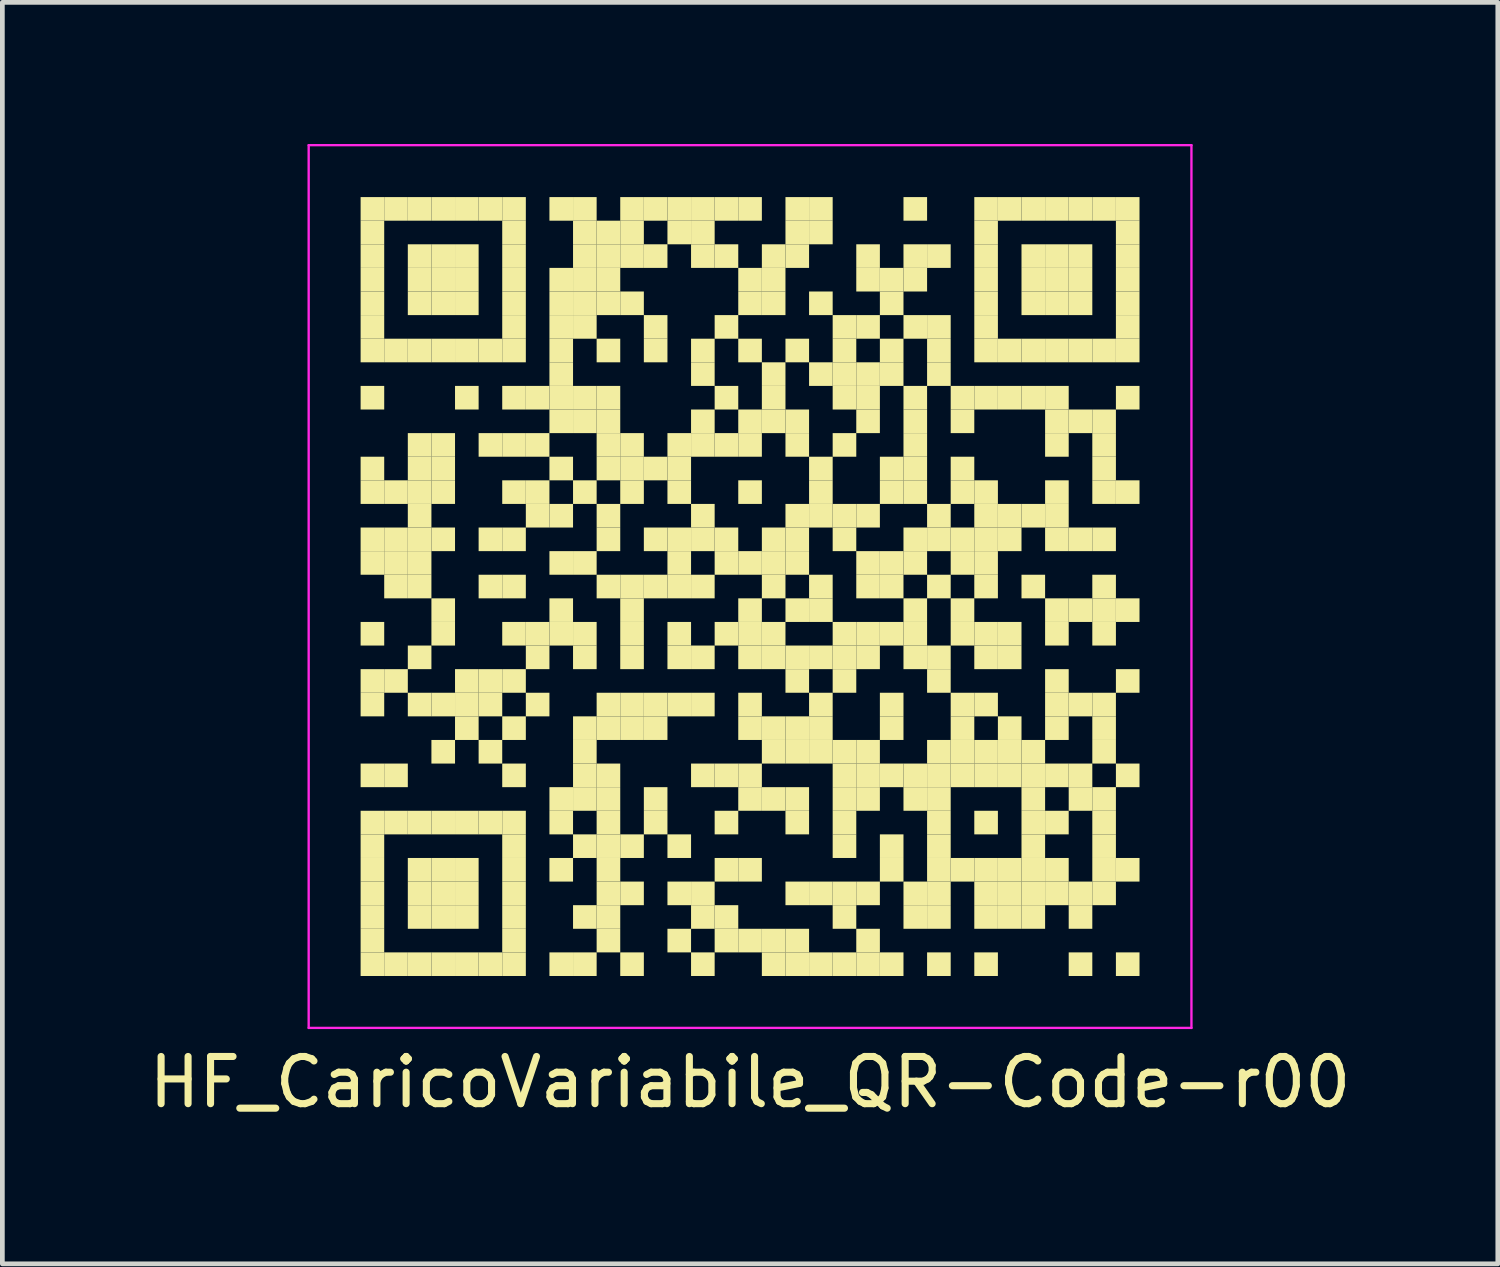
<source format=kicad_pcb>
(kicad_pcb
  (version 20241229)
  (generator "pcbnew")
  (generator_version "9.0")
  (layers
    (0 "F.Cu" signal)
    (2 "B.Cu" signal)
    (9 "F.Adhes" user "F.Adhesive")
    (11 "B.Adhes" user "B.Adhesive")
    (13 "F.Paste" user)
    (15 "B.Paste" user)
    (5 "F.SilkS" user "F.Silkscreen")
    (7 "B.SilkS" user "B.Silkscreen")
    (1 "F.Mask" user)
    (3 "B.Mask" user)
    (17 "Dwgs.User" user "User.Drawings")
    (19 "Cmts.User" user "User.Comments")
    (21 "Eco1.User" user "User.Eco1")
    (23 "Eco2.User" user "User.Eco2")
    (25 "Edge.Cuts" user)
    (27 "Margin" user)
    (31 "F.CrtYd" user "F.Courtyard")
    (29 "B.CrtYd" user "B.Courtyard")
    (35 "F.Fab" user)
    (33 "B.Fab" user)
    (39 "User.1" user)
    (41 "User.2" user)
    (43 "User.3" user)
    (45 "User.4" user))
  (footprint "HF_CaricoVariabile_QR-Code-r00"
    (layer "F.Cu")
    (at 12.839 9.375)
    (property "Reference" "HF_CaricoVariabile_QR-Code-r00" (at 0 10.5 0) (layer "F.SilkS") (effects (font (size 1 1) (thickness 0.15))))
    (attr through_hole)
    (fp_poly (pts (xy -7.75 -7.75) (xy -7.75 -8.25) (xy -8.25 -8.25) (xy -8.25 -7.75)) (stroke (width 0) (type solid)) (fill yes) (layer "F.SilkS"))
    (fp_poly (pts (xy -7.75 -7.25) (xy -7.75 -7.75) (xy -8.25 -7.75) (xy -8.25 -7.25)) (stroke (width 0) (type solid)) (fill yes) (layer "F.SilkS"))
    (fp_poly (pts (xy -7.75 -6.75) (xy -7.75 -7.25) (xy -8.25 -7.25) (xy -8.25 -6.75)) (stroke (width 0) (type solid)) (fill yes) (layer "F.SilkS"))
    (fp_poly (pts (xy -7.75 -6.25) (xy -7.75 -6.75) (xy -8.25 -6.75) (xy -8.25 -6.25)) (stroke (width 0) (type solid)) (fill yes) (layer "F.SilkS"))
    (fp_poly (pts (xy -7.75 -5.75) (xy -7.75 -6.25) (xy -8.25 -6.25) (xy -8.25 -5.75)) (stroke (width 0) (type solid)) (fill yes) (layer "F.SilkS"))
    (fp_poly (pts (xy -7.75 -5.25) (xy -7.75 -5.75) (xy -8.25 -5.75) (xy -8.25 -5.25)) (stroke (width 0) (type solid)) (fill yes) (layer "F.SilkS"))
    (fp_poly (pts (xy -7.75 -4.75) (xy -7.75 -5.25) (xy -8.25 -5.25) (xy -8.25 -4.75)) (stroke (width 0) (type solid)) (fill yes) (layer "F.SilkS"))
    (fp_poly (pts (xy -7.75 -3.75) (xy -7.75 -4.25) (xy -8.25 -4.25) (xy -8.25 -3.75)) (stroke (width 0) (type solid)) (fill yes) (layer "F.SilkS"))
    (fp_poly (pts (xy -7.75 -2.25) (xy -7.75 -2.75) (xy -8.25 -2.75) (xy -8.25 -2.25)) (stroke (width 0) (type solid)) (fill yes) (layer "F.SilkS"))
    (fp_poly (pts (xy -7.75 -1.75) (xy -7.75 -2.25) (xy -8.25 -2.25) (xy -8.25 -1.75)) (stroke (width 0) (type solid)) (fill yes) (layer "F.SilkS"))
    (fp_poly (pts (xy -7.75 -0.75) (xy -7.75 -1.25) (xy -8.25 -1.25) (xy -8.25 -0.75)) (stroke (width 0) (type solid)) (fill yes) (layer "F.SilkS"))
    (fp_poly (pts (xy -7.75 -0.25) (xy -7.75 -0.75) (xy -8.25 -0.75) (xy -8.25 -0.25)) (stroke (width 0) (type solid)) (fill yes) (layer "F.SilkS"))
    (fp_poly (pts (xy -7.75 1.25) (xy -7.75 0.75) (xy -8.25 0.75) (xy -8.25 1.25)) (stroke (width 0) (type solid)) (fill yes) (layer "F.SilkS"))
    (fp_poly (pts (xy -7.75 2.25) (xy -7.75 1.75) (xy -8.25 1.75) (xy -8.25 2.25)) (stroke (width 0) (type solid)) (fill yes) (layer "F.SilkS"))
    (fp_poly (pts (xy -7.75 2.75) (xy -7.75 2.25) (xy -8.25 2.25) (xy -8.25 2.75)) (stroke (width 0) (type solid)) (fill yes) (layer "F.SilkS"))
    (fp_poly (pts (xy -7.75 4.25) (xy -7.75 3.75) (xy -8.25 3.75) (xy -8.25 4.25)) (stroke (width 0) (type solid)) (fill yes) (layer "F.SilkS"))
    (fp_poly (pts (xy -7.75 5.25) (xy -7.75 4.75) (xy -8.25 4.75) (xy -8.25 5.25)) (stroke (width 0) (type solid)) (fill yes) (layer "F.SilkS"))
    (fp_poly (pts (xy -7.75 5.75) (xy -7.75 5.25) (xy -8.25 5.25) (xy -8.25 5.75)) (stroke (width 0) (type solid)) (fill yes) (layer "F.SilkS"))
    (fp_poly (pts (xy -7.75 6.25) (xy -7.75 5.75) (xy -8.25 5.75) (xy -8.25 6.25)) (stroke (width 0) (type solid)) (fill yes) (layer "F.SilkS"))
    (fp_poly (pts (xy -7.75 6.75) (xy -7.75 6.25) (xy -8.25 6.25) (xy -8.25 6.75)) (stroke (width 0) (type solid)) (fill yes) (layer "F.SilkS"))
    (fp_poly (pts (xy -7.75 7.25) (xy -7.75 6.75) (xy -8.25 6.75) (xy -8.25 7.25)) (stroke (width 0) (type solid)) (fill yes) (layer "F.SilkS"))
    (fp_poly (pts (xy -7.75 7.75) (xy -7.75 7.25) (xy -8.25 7.25) (xy -8.25 7.75)) (stroke (width 0) (type solid)) (fill yes) (layer "F.SilkS"))
    (fp_poly (pts (xy -7.75 8.25) (xy -7.75 7.75) (xy -8.25 7.75) (xy -8.25 8.25)) (stroke (width 0) (type solid)) (fill yes) (layer "F.SilkS"))
    (fp_poly (pts (xy -7.25 -7.75) (xy -7.25 -8.25) (xy -7.75 -8.25) (xy -7.75 -7.75)) (stroke (width 0) (type solid)) (fill yes) (layer "F.SilkS"))
    (fp_poly (pts (xy -7.25 -4.75) (xy -7.25 -5.25) (xy -7.75 -5.25) (xy -7.75 -4.75)) (stroke (width 0) (type solid)) (fill yes) (layer "F.SilkS"))
    (fp_poly (pts (xy -7.25 -1.75) (xy -7.25 -2.25) (xy -7.75 -2.25) (xy -7.75 -1.75)) (stroke (width 0) (type solid)) (fill yes) (layer "F.SilkS"))
    (fp_poly (pts (xy -7.25 -0.75) (xy -7.25 -1.25) (xy -7.75 -1.25) (xy -7.75 -0.75)) (stroke (width 0) (type solid)) (fill yes) (layer "F.SilkS"))
    (fp_poly (pts (xy -7.25 -0.25) (xy -7.25 -0.75) (xy -7.75 -0.75) (xy -7.75 -0.25)) (stroke (width 0) (type solid)) (fill yes) (layer "F.SilkS"))
    (fp_poly (pts (xy -7.25 0.25) (xy -7.25 -0.25) (xy -7.75 -0.25) (xy -7.75 0.25)) (stroke (width 0) (type solid)) (fill yes) (layer "F.SilkS"))
    (fp_poly (pts (xy -7.25 2.25) (xy -7.25 1.75) (xy -7.75 1.75) (xy -7.75 2.25)) (stroke (width 0) (type solid)) (fill yes) (layer "F.SilkS"))
    (fp_poly (pts (xy -7.25 4.25) (xy -7.25 3.75) (xy -7.75 3.75) (xy -7.75 4.25)) (stroke (width 0) (type solid)) (fill yes) (layer "F.SilkS"))
    (fp_poly (pts (xy -7.25 5.25) (xy -7.25 4.75) (xy -7.75 4.75) (xy -7.75 5.25)) (stroke (width 0) (type solid)) (fill yes) (layer "F.SilkS"))
    (fp_poly (pts (xy -7.25 8.25) (xy -7.25 7.75) (xy -7.75 7.75) (xy -7.75 8.25)) (stroke (width 0) (type solid)) (fill yes) (layer "F.SilkS"))
    (fp_poly (pts (xy -6.75 -7.75) (xy -6.75 -8.25) (xy -7.25 -8.25) (xy -7.25 -7.75)) (stroke (width 0) (type solid)) (fill yes) (layer "F.SilkS"))
    (fp_poly (pts (xy -6.75 -6.75) (xy -6.75 -7.25) (xy -7.25 -7.25) (xy -7.25 -6.75)) (stroke (width 0) (type solid)) (fill yes) (layer "F.SilkS"))
    (fp_poly (pts (xy -6.75 -6.25) (xy -6.75 -6.75) (xy -7.25 -6.75) (xy -7.25 -6.25)) (stroke (width 0) (type solid)) (fill yes) (layer "F.SilkS"))
    (fp_poly (pts (xy -6.75 -5.75) (xy -6.75 -6.25) (xy -7.25 -6.25) (xy -7.25 -5.75)) (stroke (width 0) (type solid)) (fill yes) (layer "F.SilkS"))
    (fp_poly (pts (xy -6.75 -4.75) (xy -6.75 -5.25) (xy -7.25 -5.25) (xy -7.25 -4.75)) (stroke (width 0) (type solid)) (fill yes) (layer "F.SilkS"))
    (fp_poly (pts (xy -6.75 -2.75) (xy -6.75 -3.25) (xy -7.25 -3.25) (xy -7.25 -2.75)) (stroke (width 0) (type solid)) (fill yes) (layer "F.SilkS"))
    (fp_poly (pts (xy -6.75 -2.25) (xy -6.75 -2.75) (xy -7.25 -2.75) (xy -7.25 -2.25)) (stroke (width 0) (type solid)) (fill yes) (layer "F.SilkS"))
    (fp_poly (pts (xy -6.75 -1.75) (xy -6.75 -2.25) (xy -7.25 -2.25) (xy -7.25 -1.75)) (stroke (width 0) (type solid)) (fill yes) (layer "F.SilkS"))
    (fp_poly (pts (xy -6.75 -1.25) (xy -6.75 -1.75) (xy -7.25 -1.75) (xy -7.25 -1.25)) (stroke (width 0) (type solid)) (fill yes) (layer "F.SilkS"))
    (fp_poly (pts (xy -6.75 -0.75) (xy -6.75 -1.25) (xy -7.25 -1.25) (xy -7.25 -0.75)) (stroke (width 0) (type solid)) (fill yes) (layer "F.SilkS"))
    (fp_poly (pts (xy -6.75 -0.25) (xy -6.75 -0.75) (xy -7.25 -0.75) (xy -7.25 -0.25)) (stroke (width 0) (type solid)) (fill yes) (layer "F.SilkS"))
    (fp_poly (pts (xy -6.75 0.25) (xy -6.75 -0.25) (xy -7.25 -0.25) (xy -7.25 0.25)) (stroke (width 0) (type solid)) (fill yes) (layer "F.SilkS"))
    (fp_poly (pts (xy -6.75 1.75) (xy -6.75 1.25) (xy -7.25 1.25) (xy -7.25 1.75)) (stroke (width 0) (type solid)) (fill yes) (layer "F.SilkS"))
    (fp_poly (pts (xy -6.75 2.75) (xy -6.75 2.25) (xy -7.25 2.25) (xy -7.25 2.75)) (stroke (width 0) (type solid)) (fill yes) (layer "F.SilkS"))
    (fp_poly (pts (xy -6.75 5.25) (xy -6.75 4.75) (xy -7.25 4.75) (xy -7.25 5.25)) (stroke (width 0) (type solid)) (fill yes) (layer "F.SilkS"))
    (fp_poly (pts (xy -6.75 6.25) (xy -6.75 5.75) (xy -7.25 5.75) (xy -7.25 6.25)) (stroke (width 0) (type solid)) (fill yes) (layer "F.SilkS"))
    (fp_poly (pts (xy -6.75 6.75) (xy -6.75 6.25) (xy -7.25 6.25) (xy -7.25 6.75)) (stroke (width 0) (type solid)) (fill yes) (layer "F.SilkS"))
    (fp_poly (pts (xy -6.75 7.25) (xy -6.75 6.75) (xy -7.25 6.75) (xy -7.25 7.25)) (stroke (width 0) (type solid)) (fill yes) (layer "F.SilkS"))
    (fp_poly (pts (xy -6.75 8.25) (xy -6.75 7.75) (xy -7.25 7.75) (xy -7.25 8.25)) (stroke (width 0) (type solid)) (fill yes) (layer "F.SilkS"))
    (fp_poly (pts (xy -6.25 -7.75) (xy -6.25 -8.25) (xy -6.75 -8.25) (xy -6.75 -7.75)) (stroke (width 0) (type solid)) (fill yes) (layer "F.SilkS"))
    (fp_poly (pts (xy -6.25 -6.75) (xy -6.25 -7.25) (xy -6.75 -7.25) (xy -6.75 -6.75)) (stroke (width 0) (type solid)) (fill yes) (layer "F.SilkS"))
    (fp_poly (pts (xy -6.25 -6.25) (xy -6.25 -6.75) (xy -6.75 -6.75) (xy -6.75 -6.25)) (stroke (width 0) (type solid)) (fill yes) (layer "F.SilkS"))
    (fp_poly (pts (xy -6.25 -5.75) (xy -6.25 -6.25) (xy -6.75 -6.25) (xy -6.75 -5.75)) (stroke (width 0) (type solid)) (fill yes) (layer "F.SilkS"))
    (fp_poly (pts (xy -6.25 -4.75) (xy -6.25 -5.25) (xy -6.75 -5.25) (xy -6.75 -4.75)) (stroke (width 0) (type solid)) (fill yes) (layer "F.SilkS"))
    (fp_poly (pts (xy -6.25 -2.75) (xy -6.25 -3.25) (xy -6.75 -3.25) (xy -6.75 -2.75)) (stroke (width 0) (type solid)) (fill yes) (layer "F.SilkS"))
    (fp_poly (pts (xy -6.25 -2.25) (xy -6.25 -2.75) (xy -6.75 -2.75) (xy -6.75 -2.25)) (stroke (width 0) (type solid)) (fill yes) (layer "F.SilkS"))
    (fp_poly (pts (xy -6.25 -1.75) (xy -6.25 -2.25) (xy -6.75 -2.25) (xy -6.75 -1.75)) (stroke (width 0) (type solid)) (fill yes) (layer "F.SilkS"))
    (fp_poly (pts (xy -6.25 -0.75) (xy -6.25 -1.25) (xy -6.75 -1.25) (xy -6.75 -0.75)) (stroke (width 0) (type solid)) (fill yes) (layer "F.SilkS"))
    (fp_poly (pts (xy -6.25 0.75) (xy -6.25 0.25) (xy -6.75 0.25) (xy -6.75 0.75)) (stroke (width 0) (type solid)) (fill yes) (layer "F.SilkS"))
    (fp_poly (pts (xy -6.25 1.25) (xy -6.25 0.75) (xy -6.75 0.75) (xy -6.75 1.25)) (stroke (width 0) (type solid)) (fill yes) (layer "F.SilkS"))
    (fp_poly (pts (xy -6.25 2.75) (xy -6.25 2.25) (xy -6.75 2.25) (xy -6.75 2.75)) (stroke (width 0) (type solid)) (fill yes) (layer "F.SilkS"))
    (fp_poly (pts (xy -6.25 3.75) (xy -6.25 3.25) (xy -6.75 3.25) (xy -6.75 3.75)) (stroke (width 0) (type solid)) (fill yes) (layer "F.SilkS"))
    (fp_poly (pts (xy -6.25 5.25) (xy -6.25 4.75) (xy -6.75 4.75) (xy -6.75 5.25)) (stroke (width 0) (type solid)) (fill yes) (layer "F.SilkS"))
    (fp_poly (pts (xy -6.25 6.25) (xy -6.25 5.75) (xy -6.75 5.75) (xy -6.75 6.25)) (stroke (width 0) (type solid)) (fill yes) (layer "F.SilkS"))
    (fp_poly (pts (xy -6.25 6.75) (xy -6.25 6.25) (xy -6.75 6.25) (xy -6.75 6.75)) (stroke (width 0) (type solid)) (fill yes) (layer "F.SilkS"))
    (fp_poly (pts (xy -6.25 7.25) (xy -6.25 6.75) (xy -6.75 6.75) (xy -6.75 7.25)) (stroke (width 0) (type solid)) (fill yes) (layer "F.SilkS"))
    (fp_poly (pts (xy -6.25 8.25) (xy -6.25 7.75) (xy -6.75 7.75) (xy -6.75 8.25)) (stroke (width 0) (type solid)) (fill yes) (layer "F.SilkS"))
    (fp_poly (pts (xy -5.75 -7.75) (xy -5.75 -8.25) (xy -6.25 -8.25) (xy -6.25 -7.75)) (stroke (width 0) (type solid)) (fill yes) (layer "F.SilkS"))
    (fp_poly (pts (xy -5.75 -6.75) (xy -5.75 -7.25) (xy -6.25 -7.25) (xy -6.25 -6.75)) (stroke (width 0) (type solid)) (fill yes) (layer "F.SilkS"))
    (fp_poly (pts (xy -5.75 -6.25) (xy -5.75 -6.75) (xy -6.25 -6.75) (xy -6.25 -6.25)) (stroke (width 0) (type solid)) (fill yes) (layer "F.SilkS"))
    (fp_poly (pts (xy -5.75 -5.75) (xy -5.75 -6.25) (xy -6.25 -6.25) (xy -6.25 -5.75)) (stroke (width 0) (type solid)) (fill yes) (layer "F.SilkS"))
    (fp_poly (pts (xy -5.75 -4.75) (xy -5.75 -5.25) (xy -6.25 -5.25) (xy -6.25 -4.75)) (stroke (width 0) (type solid)) (fill yes) (layer "F.SilkS"))
    (fp_poly (pts (xy -5.75 -3.75) (xy -5.75 -4.25) (xy -6.25 -4.25) (xy -6.25 -3.75)) (stroke (width 0) (type solid)) (fill yes) (layer "F.SilkS"))
    (fp_poly (pts (xy -5.75 2.25) (xy -5.75 1.75) (xy -6.25 1.75) (xy -6.25 2.25)) (stroke (width 0) (type solid)) (fill yes) (layer "F.SilkS"))
    (fp_poly (pts (xy -5.75 2.75) (xy -5.75 2.25) (xy -6.25 2.25) (xy -6.25 2.75)) (stroke (width 0) (type solid)) (fill yes) (layer "F.SilkS"))
    (fp_poly (pts (xy -5.75 3.25) (xy -5.75 2.75) (xy -6.25 2.75) (xy -6.25 3.25)) (stroke (width 0) (type solid)) (fill yes) (layer "F.SilkS"))
    (fp_poly (pts (xy -5.75 5.25) (xy -5.75 4.75) (xy -6.25 4.75) (xy -6.25 5.25)) (stroke (width 0) (type solid)) (fill yes) (layer "F.SilkS"))
    (fp_poly (pts (xy -5.75 6.25) (xy -5.75 5.75) (xy -6.25 5.75) (xy -6.25 6.25)) (stroke (width 0) (type solid)) (fill yes) (layer "F.SilkS"))
    (fp_poly (pts (xy -5.75 6.75) (xy -5.75 6.25) (xy -6.25 6.25) (xy -6.25 6.75)) (stroke (width 0) (type solid)) (fill yes) (layer "F.SilkS"))
    (fp_poly (pts (xy -5.75 7.25) (xy -5.75 6.75) (xy -6.25 6.75) (xy -6.25 7.25)) (stroke (width 0) (type solid)) (fill yes) (layer "F.SilkS"))
    (fp_poly (pts (xy -5.75 8.25) (xy -5.75 7.75) (xy -6.25 7.75) (xy -6.25 8.25)) (stroke (width 0) (type solid)) (fill yes) (layer "F.SilkS"))
    (fp_poly (pts (xy -5.25 -7.75) (xy -5.25 -8.25) (xy -5.75 -8.25) (xy -5.75 -7.75)) (stroke (width 0) (type solid)) (fill yes) (layer "F.SilkS"))
    (fp_poly (pts (xy -5.25 -4.75) (xy -5.25 -5.25) (xy -5.75 -5.25) (xy -5.75 -4.75)) (stroke (width 0) (type solid)) (fill yes) (layer "F.SilkS"))
    (fp_poly (pts (xy -5.25 -2.75) (xy -5.25 -3.25) (xy -5.75 -3.25) (xy -5.75 -2.75)) (stroke (width 0) (type solid)) (fill yes) (layer "F.SilkS"))
    (fp_poly (pts (xy -5.25 -0.75) (xy -5.25 -1.25) (xy -5.75 -1.25) (xy -5.75 -0.75)) (stroke (width 0) (type solid)) (fill yes) (layer "F.SilkS"))
    (fp_poly (pts (xy -5.25 0.25) (xy -5.25 -0.25) (xy -5.75 -0.25) (xy -5.75 0.25)) (stroke (width 0) (type solid)) (fill yes) (layer "F.SilkS"))
    (fp_poly (pts (xy -5.25 2.25) (xy -5.25 1.75) (xy -5.75 1.75) (xy -5.75 2.25)) (stroke (width 0) (type solid)) (fill yes) (layer "F.SilkS"))
    (fp_poly (pts (xy -5.25 2.75) (xy -5.25 2.25) (xy -5.75 2.25) (xy -5.75 2.75)) (stroke (width 0) (type solid)) (fill yes) (layer "F.SilkS"))
    (fp_poly (pts (xy -5.25 3.75) (xy -5.25 3.25) (xy -5.75 3.25) (xy -5.75 3.75)) (stroke (width 0) (type solid)) (fill yes) (layer "F.SilkS"))
    (fp_poly (pts (xy -5.25 5.25) (xy -5.25 4.75) (xy -5.75 4.75) (xy -5.75 5.25)) (stroke (width 0) (type solid)) (fill yes) (layer "F.SilkS"))
    (fp_poly (pts (xy -5.25 8.25) (xy -5.25 7.75) (xy -5.75 7.75) (xy -5.75 8.25)) (stroke (width 0) (type solid)) (fill yes) (layer "F.SilkS"))
    (fp_poly (pts (xy -4.75 -7.75) (xy -4.75 -8.25) (xy -5.25 -8.25) (xy -5.25 -7.75)) (stroke (width 0) (type solid)) (fill yes) (layer "F.SilkS"))
    (fp_poly (pts (xy -4.75 -7.25) (xy -4.75 -7.75) (xy -5.25 -7.75) (xy -5.25 -7.25)) (stroke (width 0) (type solid)) (fill yes) (layer "F.SilkS"))
    (fp_poly (pts (xy -4.75 -6.75) (xy -4.75 -7.25) (xy -5.25 -7.25) (xy -5.25 -6.75)) (stroke (width 0) (type solid)) (fill yes) (layer "F.SilkS"))
    (fp_poly (pts (xy -4.75 -6.25) (xy -4.75 -6.75) (xy -5.25 -6.75) (xy -5.25 -6.25)) (stroke (width 0) (type solid)) (fill yes) (layer "F.SilkS"))
    (fp_poly (pts (xy -4.75 -5.75) (xy -4.75 -6.25) (xy -5.25 -6.25) (xy -5.25 -5.75)) (stroke (width 0) (type solid)) (fill yes) (layer "F.SilkS"))
    (fp_poly (pts (xy -4.75 -5.25) (xy -4.75 -5.75) (xy -5.25 -5.75) (xy -5.25 -5.25)) (stroke (width 0) (type solid)) (fill yes) (layer "F.SilkS"))
    (fp_poly (pts (xy -4.75 -4.75) (xy -4.75 -5.25) (xy -5.25 -5.25) (xy -5.25 -4.75)) (stroke (width 0) (type solid)) (fill yes) (layer "F.SilkS"))
    (fp_poly (pts (xy -4.75 -3.75) (xy -4.75 -4.25) (xy -5.25 -4.25) (xy -5.25 -3.75)) (stroke (width 0) (type solid)) (fill yes) (layer "F.SilkS"))
    (fp_poly (pts (xy -4.75 -2.75) (xy -4.75 -3.25) (xy -5.25 -3.25) (xy -5.25 -2.75)) (stroke (width 0) (type solid)) (fill yes) (layer "F.SilkS"))
    (fp_poly (pts (xy -4.75 -1.75) (xy -4.75 -2.25) (xy -5.25 -2.25) (xy -5.25 -1.75)) (stroke (width 0) (type solid)) (fill yes) (layer "F.SilkS"))
    (fp_poly (pts (xy -4.75 -0.75) (xy -4.75 -1.25) (xy -5.25 -1.25) (xy -5.25 -0.75)) (stroke (width 0) (type solid)) (fill yes) (layer "F.SilkS"))
    (fp_poly (pts (xy -4.75 0.25) (xy -4.75 -0.25) (xy -5.25 -0.25) (xy -5.25 0.25)) (stroke (width 0) (type solid)) (fill yes) (layer "F.SilkS"))
    (fp_poly (pts (xy -4.75 1.25) (xy -4.75 0.75) (xy -5.25 0.75) (xy -5.25 1.25)) (stroke (width 0) (type solid)) (fill yes) (layer "F.SilkS"))
    (fp_poly (pts (xy -4.75 2.25) (xy -4.75 1.75) (xy -5.25 1.75) (xy -5.25 2.25)) (stroke (width 0) (type solid)) (fill yes) (layer "F.SilkS"))
    (fp_poly (pts (xy -4.75 3.25) (xy -4.75 2.75) (xy -5.25 2.75) (xy -5.25 3.25)) (stroke (width 0) (type solid)) (fill yes) (layer "F.SilkS"))
    (fp_poly (pts (xy -4.75 4.25) (xy -4.75 3.75) (xy -5.25 3.75) (xy -5.25 4.25)) (stroke (width 0) (type solid)) (fill yes) (layer "F.SilkS"))
    (fp_poly (pts (xy -4.75 5.25) (xy -4.75 4.75) (xy -5.25 4.75) (xy -5.25 5.25)) (stroke (width 0) (type solid)) (fill yes) (layer "F.SilkS"))
    (fp_poly (pts (xy -4.75 5.75) (xy -4.75 5.25) (xy -5.25 5.25) (xy -5.25 5.75)) (stroke (width 0) (type solid)) (fill yes) (layer "F.SilkS"))
    (fp_poly (pts (xy -4.75 6.25) (xy -4.75 5.75) (xy -5.25 5.75) (xy -5.25 6.25)) (stroke (width 0) (type solid)) (fill yes) (layer "F.SilkS"))
    (fp_poly (pts (xy -4.75 6.75) (xy -4.75 6.25) (xy -5.25 6.25) (xy -5.25 6.75)) (stroke (width 0) (type solid)) (fill yes) (layer "F.SilkS"))
    (fp_poly (pts (xy -4.75 7.25) (xy -4.75 6.75) (xy -5.25 6.75) (xy -5.25 7.25)) (stroke (width 0) (type solid)) (fill yes) (layer "F.SilkS"))
    (fp_poly (pts (xy -4.75 7.75) (xy -4.75 7.25) (xy -5.25 7.25) (xy -5.25 7.75)) (stroke (width 0) (type solid)) (fill yes) (layer "F.SilkS"))
    (fp_poly (pts (xy -4.75 8.25) (xy -4.75 7.75) (xy -5.25 7.75) (xy -5.25 8.25)) (stroke (width 0) (type solid)) (fill yes) (layer "F.SilkS"))
    (fp_poly (pts (xy -4.25 -3.75) (xy -4.25 -4.25) (xy -4.75 -4.25) (xy -4.75 -3.75)) (stroke (width 0) (type solid)) (fill yes) (layer "F.SilkS"))
    (fp_poly (pts (xy -4.25 -2.75) (xy -4.25 -3.25) (xy -4.75 -3.25) (xy -4.75 -2.75)) (stroke (width 0) (type solid)) (fill yes) (layer "F.SilkS"))
    (fp_poly (pts (xy -4.25 -1.75) (xy -4.25 -2.25) (xy -4.75 -2.25) (xy -4.75 -1.75)) (stroke (width 0) (type solid)) (fill yes) (layer "F.SilkS"))
    (fp_poly (pts (xy -4.25 -1.25) (xy -4.25 -1.75) (xy -4.75 -1.75) (xy -4.75 -1.25)) (stroke (width 0) (type solid)) (fill yes) (layer "F.SilkS"))
    (fp_poly (pts (xy -4.25 1.25) (xy -4.25 0.75) (xy -4.75 0.75) (xy -4.75 1.25)) (stroke (width 0) (type solid)) (fill yes) (layer "F.SilkS"))
    (fp_poly (pts (xy -4.25 1.75) (xy -4.25 1.25) (xy -4.75 1.25) (xy -4.75 1.75)) (stroke (width 0) (type solid)) (fill yes) (layer "F.SilkS"))
    (fp_poly (pts (xy -4.25 2.75) (xy -4.25 2.25) (xy -4.75 2.25) (xy -4.75 2.75)) (stroke (width 0) (type solid)) (fill yes) (layer "F.SilkS"))
    (fp_poly (pts (xy -3.75 -7.75) (xy -3.75 -8.25) (xy -4.25 -8.25) (xy -4.25 -7.75)) (stroke (width 0) (type solid)) (fill yes) (layer "F.SilkS"))
    (fp_poly (pts (xy -3.75 -6.25) (xy -3.75 -6.75) (xy -4.25 -6.75) (xy -4.25 -6.25)) (stroke (width 0) (type solid)) (fill yes) (layer "F.SilkS"))
    (fp_poly (pts (xy -3.75 -5.75) (xy -3.75 -6.25) (xy -4.25 -6.25) (xy -4.25 -5.75)) (stroke (width 0) (type solid)) (fill yes) (layer "F.SilkS"))
    (fp_poly (pts (xy -3.75 -5.25) (xy -3.75 -5.75) (xy -4.25 -5.75) (xy -4.25 -5.25)) (stroke (width 0) (type solid)) (fill yes) (layer "F.SilkS"))
    (fp_poly (pts (xy -3.75 -4.75) (xy -3.75 -5.25) (xy -4.25 -5.25) (xy -4.25 -4.75)) (stroke (width 0) (type solid)) (fill yes) (layer "F.SilkS"))
    (fp_poly (pts (xy -3.75 -4.25) (xy -3.75 -4.75) (xy -4.25 -4.75) (xy -4.25 -4.25)) (stroke (width 0) (type solid)) (fill yes) (layer "F.SilkS"))
    (fp_poly (pts (xy -3.75 -3.75) (xy -3.75 -4.25) (xy -4.25 -4.25) (xy -4.25 -3.75)) (stroke (width 0) (type solid)) (fill yes) (layer "F.SilkS"))
    (fp_poly (pts (xy -3.75 -3.25) (xy -3.75 -3.75) (xy -4.25 -3.75) (xy -4.25 -3.25)) (stroke (width 0) (type solid)) (fill yes) (layer "F.SilkS"))
    (fp_poly (pts (xy -3.75 -2.25) (xy -3.75 -2.75) (xy -4.25 -2.75) (xy -4.25 -2.25)) (stroke (width 0) (type solid)) (fill yes) (layer "F.SilkS"))
    (fp_poly (pts (xy -3.75 -1.25) (xy -3.75 -1.75) (xy -4.25 -1.75) (xy -4.25 -1.25)) (stroke (width 0) (type solid)) (fill yes) (layer "F.SilkS"))
    (fp_poly (pts (xy -3.75 -0.25) (xy -3.75 -0.75) (xy -4.25 -0.75) (xy -4.25 -0.25)) (stroke (width 0) (type solid)) (fill yes) (layer "F.SilkS"))
    (fp_poly (pts (xy -3.75 0.75) (xy -3.75 0.25) (xy -4.25 0.25) (xy -4.25 0.75)) (stroke (width 0) (type solid)) (fill yes) (layer "F.SilkS"))
    (fp_poly (pts (xy -3.75 1.25) (xy -3.75 0.75) (xy -4.25 0.75) (xy -4.25 1.25)) (stroke (width 0) (type solid)) (fill yes) (layer "F.SilkS"))
    (fp_poly (pts (xy -3.75 4.75) (xy -3.75 4.25) (xy -4.25 4.25) (xy -4.25 4.75)) (stroke (width 0) (type solid)) (fill yes) (layer "F.SilkS"))
    (fp_poly (pts (xy -3.75 5.25) (xy -3.75 4.75) (xy -4.25 4.75) (xy -4.25 5.25)) (stroke (width 0) (type solid)) (fill yes) (layer "F.SilkS"))
    (fp_poly (pts (xy -3.75 6.25) (xy -3.75 5.75) (xy -4.25 5.75) (xy -4.25 6.25)) (stroke (width 0) (type solid)) (fill yes) (layer "F.SilkS"))
    (fp_poly (pts (xy -3.75 8.25) (xy -3.75 7.75) (xy -4.25 7.75) (xy -4.25 8.25)) (stroke (width 0) (type solid)) (fill yes) (layer "F.SilkS"))
    (fp_poly (pts (xy -3.25 -7.75) (xy -3.25 -8.25) (xy -3.75 -8.25) (xy -3.75 -7.75)) (stroke (width 0) (type solid)) (fill yes) (layer "F.SilkS"))
    (fp_poly (pts (xy -3.25 -7.25) (xy -3.25 -7.75) (xy -3.75 -7.75) (xy -3.75 -7.25)) (stroke (width 0) (type solid)) (fill yes) (layer "F.SilkS"))
    (fp_poly (pts (xy -3.25 -6.75) (xy -3.25 -7.25) (xy -3.75 -7.25) (xy -3.75 -6.75)) (stroke (width 0) (type solid)) (fill yes) (layer "F.SilkS"))
    (fp_poly (pts (xy -3.25 -6.25) (xy -3.25 -6.75) (xy -3.75 -6.75) (xy -3.75 -6.25)) (stroke (width 0) (type solid)) (fill yes) (layer "F.SilkS"))
    (fp_poly (pts (xy -3.25 -5.75) (xy -3.25 -6.25) (xy -3.75 -6.25) (xy -3.75 -5.75)) (stroke (width 0) (type solid)) (fill yes) (layer "F.SilkS"))
    (fp_poly (pts (xy -3.25 -5.25) (xy -3.25 -5.75) (xy -3.75 -5.75) (xy -3.75 -5.25)) (stroke (width 0) (type solid)) (fill yes) (layer "F.SilkS"))
    (fp_poly (pts (xy -3.25 -3.75) (xy -3.25 -4.25) (xy -3.75 -4.25) (xy -3.75 -3.75)) (stroke (width 0) (type solid)) (fill yes) (layer "F.SilkS"))
    (fp_poly (pts (xy -3.25 -3.25) (xy -3.25 -3.75) (xy -3.75 -3.75) (xy -3.75 -3.25)) (stroke (width 0) (type solid)) (fill yes) (layer "F.SilkS"))
    (fp_poly (pts (xy -3.25 -1.75) (xy -3.25 -2.25) (xy -3.75 -2.25) (xy -3.75 -1.75)) (stroke (width 0) (type solid)) (fill yes) (layer "F.SilkS"))
    (fp_poly (pts (xy -3.25 -0.25) (xy -3.25 -0.75) (xy -3.75 -0.75) (xy -3.75 -0.25)) (stroke (width 0) (type solid)) (fill yes) (layer "F.SilkS"))
    (fp_poly (pts (xy -3.25 1.25) (xy -3.25 0.75) (xy -3.75 0.75) (xy -3.75 1.25)) (stroke (width 0) (type solid)) (fill yes) (layer "F.SilkS"))
    (fp_poly (pts (xy -3.25 1.75) (xy -3.25 1.25) (xy -3.75 1.25) (xy -3.75 1.75)) (stroke (width 0) (type solid)) (fill yes) (layer "F.SilkS"))
    (fp_poly (pts (xy -3.25 3.25) (xy -3.25 2.75) (xy -3.75 2.75) (xy -3.75 3.25)) (stroke (width 0) (type solid)) (fill yes) (layer "F.SilkS"))
    (fp_poly (pts (xy -3.25 3.75) (xy -3.25 3.25) (xy -3.75 3.25) (xy -3.75 3.75)) (stroke (width 0) (type solid)) (fill yes) (layer "F.SilkS"))
    (fp_poly (pts (xy -3.25 4.25) (xy -3.25 3.75) (xy -3.75 3.75) (xy -3.75 4.25)) (stroke (width 0) (type solid)) (fill yes) (layer "F.SilkS"))
    (fp_poly (pts (xy -3.25 4.75) (xy -3.25 4.25) (xy -3.75 4.25) (xy -3.75 4.75)) (stroke (width 0) (type solid)) (fill yes) (layer "F.SilkS"))
    (fp_poly (pts (xy -3.25 5.75) (xy -3.25 5.25) (xy -3.75 5.25) (xy -3.75 5.75)) (stroke (width 0) (type solid)) (fill yes) (layer "F.SilkS"))
    (fp_poly (pts (xy -3.25 7.25) (xy -3.25 6.75) (xy -3.75 6.75) (xy -3.75 7.25)) (stroke (width 0) (type solid)) (fill yes) (layer "F.SilkS"))
    (fp_poly (pts (xy -3.25 8.25) (xy -3.25 7.75) (xy -3.75 7.75) (xy -3.75 8.25)) (stroke (width 0) (type solid)) (fill yes) (layer "F.SilkS"))
    (fp_poly (pts (xy -2.75 -7.25) (xy -2.75 -7.75) (xy -3.25 -7.75) (xy -3.25 -7.25)) (stroke (width 0) (type solid)) (fill yes) (layer "F.SilkS"))
    (fp_poly (pts (xy -2.75 -6.75) (xy -2.75 -7.25) (xy -3.25 -7.25) (xy -3.25 -6.75)) (stroke (width 0) (type solid)) (fill yes) (layer "F.SilkS"))
    (fp_poly (pts (xy -2.75 -6.25) (xy -2.75 -6.75) (xy -3.25 -6.75) (xy -3.25 -6.25)) (stroke (width 0) (type solid)) (fill yes) (layer "F.SilkS"))
    (fp_poly (pts (xy -2.75 -5.75) (xy -2.75 -6.25) (xy -3.25 -6.25) (xy -3.25 -5.75)) (stroke (width 0) (type solid)) (fill yes) (layer "F.SilkS"))
    (fp_poly (pts (xy -2.75 -4.75) (xy -2.75 -5.25) (xy -3.25 -5.25) (xy -3.25 -4.75)) (stroke (width 0) (type solid)) (fill yes) (layer "F.SilkS"))
    (fp_poly (pts (xy -2.75 -3.75) (xy -2.75 -4.25) (xy -3.25 -4.25) (xy -3.25 -3.75)) (stroke (width 0) (type solid)) (fill yes) (layer "F.SilkS"))
    (fp_poly (pts (xy -2.75 -3.25) (xy -2.75 -3.75) (xy -3.25 -3.75) (xy -3.25 -3.25)) (stroke (width 0) (type solid)) (fill yes) (layer "F.SilkS"))
    (fp_poly (pts (xy -2.75 -2.75) (xy -2.75 -3.25) (xy -3.25 -3.25) (xy -3.25 -2.75)) (stroke (width 0) (type solid)) (fill yes) (layer "F.SilkS"))
    (fp_poly (pts (xy -2.75 -2.25) (xy -2.75 -2.75) (xy -3.25 -2.75) (xy -3.25 -2.25)) (stroke (width 0) (type solid)) (fill yes) (layer "F.SilkS"))
    (fp_poly (pts (xy -2.75 -1.25) (xy -2.75 -1.75) (xy -3.25 -1.75) (xy -3.25 -1.25)) (stroke (width 0) (type solid)) (fill yes) (layer "F.SilkS"))
    (fp_poly (pts (xy -2.75 -0.75) (xy -2.75 -1.25) (xy -3.25 -1.25) (xy -3.25 -0.75)) (stroke (width 0) (type solid)) (fill yes) (layer "F.SilkS"))
    (fp_poly (pts (xy -2.75 0.25) (xy -2.75 -0.25) (xy -3.25 -0.25) (xy -3.25 0.25)) (stroke (width 0) (type solid)) (fill yes) (layer "F.SilkS"))
    (fp_poly (pts (xy -2.75 2.75) (xy -2.75 2.25) (xy -3.25 2.25) (xy -3.25 2.75)) (stroke (width 0) (type solid)) (fill yes) (layer "F.SilkS"))
    (fp_poly (pts (xy -2.75 3.25) (xy -2.75 2.75) (xy -3.25 2.75) (xy -3.25 3.25)) (stroke (width 0) (type solid)) (fill yes) (layer "F.SilkS"))
    (fp_poly (pts (xy -2.75 4.25) (xy -2.75 3.75) (xy -3.25 3.75) (xy -3.25 4.25)) (stroke (width 0) (type solid)) (fill yes) (layer "F.SilkS"))
    (fp_poly (pts (xy -2.75 4.75) (xy -2.75 4.25) (xy -3.25 4.25) (xy -3.25 4.75)) (stroke (width 0) (type solid)) (fill yes) (layer "F.SilkS"))
    (fp_poly (pts (xy -2.75 5.25) (xy -2.75 4.75) (xy -3.25 4.75) (xy -3.25 5.25)) (stroke (width 0) (type solid)) (fill yes) (layer "F.SilkS"))
    (fp_poly (pts (xy -2.75 5.75) (xy -2.75 5.25) (xy -3.25 5.25) (xy -3.25 5.75)) (stroke (width 0) (type solid)) (fill yes) (layer "F.SilkS"))
    (fp_poly (pts (xy -2.75 6.25) (xy -2.75 5.75) (xy -3.25 5.75) (xy -3.25 6.25)) (stroke (width 0) (type solid)) (fill yes) (layer "F.SilkS"))
    (fp_poly (pts (xy -2.75 6.75) (xy -2.75 6.25) (xy -3.25 6.25) (xy -3.25 6.75)) (stroke (width 0) (type solid)) (fill yes) (layer "F.SilkS"))
    (fp_poly (pts (xy -2.75 7.25) (xy -2.75 6.75) (xy -3.25 6.75) (xy -3.25 7.25)) (stroke (width 0) (type solid)) (fill yes) (layer "F.SilkS"))
    (fp_poly (pts (xy -2.75 7.75) (xy -2.75 7.25) (xy -3.25 7.25) (xy -3.25 7.75)) (stroke (width 0) (type solid)) (fill yes) (layer "F.SilkS"))
    (fp_poly (pts (xy -2.25 -7.75) (xy -2.25 -8.25) (xy -2.75 -8.25) (xy -2.75 -7.75)) (stroke (width 0) (type solid)) (fill yes) (layer "F.SilkS"))
    (fp_poly (pts (xy -2.25 -7.25) (xy -2.25 -7.75) (xy -2.75 -7.75) (xy -2.75 -7.25)) (stroke (width 0) (type solid)) (fill yes) (layer "F.SilkS"))
    (fp_poly (pts (xy -2.25 -6.75) (xy -2.25 -7.25) (xy -2.75 -7.25) (xy -2.75 -6.75)) (stroke (width 0) (type solid)) (fill yes) (layer "F.SilkS"))
    (fp_poly (pts (xy -2.25 -5.75) (xy -2.25 -6.25) (xy -2.75 -6.25) (xy -2.75 -5.75)) (stroke (width 0) (type solid)) (fill yes) (layer "F.SilkS"))
    (fp_poly (pts (xy -2.25 -2.75) (xy -2.25 -3.25) (xy -2.75 -3.25) (xy -2.75 -2.75)) (stroke (width 0) (type solid)) (fill yes) (layer "F.SilkS"))
    (fp_poly (pts (xy -2.25 -2.25) (xy -2.25 -2.75) (xy -2.75 -2.75) (xy -2.75 -2.25)) (stroke (width 0) (type solid)) (fill yes) (layer "F.SilkS"))
    (fp_poly (pts (xy -2.25 -1.75) (xy -2.25 -2.25) (xy -2.75 -2.25) (xy -2.75 -1.75)) (stroke (width 0) (type solid)) (fill yes) (layer "F.SilkS"))
    (fp_poly (pts (xy -2.25 0.25) (xy -2.25 -0.25) (xy -2.75 -0.25) (xy -2.75 0.25)) (stroke (width 0) (type solid)) (fill yes) (layer "F.SilkS"))
    (fp_poly (pts (xy -2.25 0.75) (xy -2.25 0.25) (xy -2.75 0.25) (xy -2.75 0.75)) (stroke (width 0) (type solid)) (fill yes) (layer "F.SilkS"))
    (fp_poly (pts (xy -2.25 1.25) (xy -2.25 0.75) (xy -2.75 0.75) (xy -2.75 1.25)) (stroke (width 0) (type solid)) (fill yes) (layer "F.SilkS"))
    (fp_poly (pts (xy -2.25 1.75) (xy -2.25 1.25) (xy -2.75 1.25) (xy -2.75 1.75)) (stroke (width 0) (type solid)) (fill yes) (layer "F.SilkS"))
    (fp_poly (pts (xy -2.25 2.75) (xy -2.25 2.25) (xy -2.75 2.25) (xy -2.75 2.75)) (stroke (width 0) (type solid)) (fill yes) (layer "F.SilkS"))
    (fp_poly (pts (xy -2.25 3.25) (xy -2.25 2.75) (xy -2.75 2.75) (xy -2.75 3.25)) (stroke (width 0) (type solid)) (fill yes) (layer "F.SilkS"))
    (fp_poly (pts (xy -2.25 5.75) (xy -2.25 5.25) (xy -2.75 5.25) (xy -2.75 5.75)) (stroke (width 0) (type solid)) (fill yes) (layer "F.SilkS"))
    (fp_poly (pts (xy -2.25 6.75) (xy -2.25 6.25) (xy -2.75 6.25) (xy -2.75 6.75)) (stroke (width 0) (type solid)) (fill yes) (layer "F.SilkS"))
    (fp_poly (pts (xy -2.25 8.25) (xy -2.25 7.75) (xy -2.75 7.75) (xy -2.75 8.25)) (stroke (width 0) (type solid)) (fill yes) (layer "F.SilkS"))
    (fp_poly (pts (xy -1.75 -7.75) (xy -1.75 -8.25) (xy -2.25 -8.25) (xy -2.25 -7.75)) (stroke (width 0) (type solid)) (fill yes) (layer "F.SilkS"))
    (fp_poly (pts (xy -1.75 -6.75) (xy -1.75 -7.25) (xy -2.25 -7.25) (xy -2.25 -6.75)) (stroke (width 0) (type solid)) (fill yes) (layer "F.SilkS"))
    (fp_poly (pts (xy -1.75 -5.25) (xy -1.75 -5.75) (xy -2.25 -5.75) (xy -2.25 -5.25)) (stroke (width 0) (type solid)) (fill yes) (layer "F.SilkS"))
    (fp_poly (pts (xy -1.75 -4.75) (xy -1.75 -5.25) (xy -2.25 -5.25) (xy -2.25 -4.75)) (stroke (width 0) (type solid)) (fill yes) (layer "F.SilkS"))
    (fp_poly (pts (xy -1.75 -2.25) (xy -1.75 -2.75) (xy -2.25 -2.75) (xy -2.25 -2.25)) (stroke (width 0) (type solid)) (fill yes) (layer "F.SilkS"))
    (fp_poly (pts (xy -1.75 -0.75) (xy -1.75 -1.25) (xy -2.25 -1.25) (xy -2.25 -0.75)) (stroke (width 0) (type solid)) (fill yes) (layer "F.SilkS"))
    (fp_poly (pts (xy -1.75 0.25) (xy -1.75 -0.25) (xy -2.25 -0.25) (xy -2.25 0.25)) (stroke (width 0) (type solid)) (fill yes) (layer "F.SilkS"))
    (fp_poly (pts (xy -1.75 2.75) (xy -1.75 2.25) (xy -2.25 2.25) (xy -2.25 2.75)) (stroke (width 0) (type solid)) (fill yes) (layer "F.SilkS"))
    (fp_poly (pts (xy -1.75 3.25) (xy -1.75 2.75) (xy -2.25 2.75) (xy -2.25 3.25)) (stroke (width 0) (type solid)) (fill yes) (layer "F.SilkS"))
    (fp_poly (pts (xy -1.75 4.75) (xy -1.75 4.25) (xy -2.25 4.25) (xy -2.25 4.75)) (stroke (width 0) (type solid)) (fill yes) (layer "F.SilkS"))
    (fp_poly (pts (xy -1.75 5.25) (xy -1.75 4.75) (xy -2.25 4.75) (xy -2.25 5.25)) (stroke (width 0) (type solid)) (fill yes) (layer "F.SilkS"))
    (fp_poly (pts (xy -1.25 -7.75) (xy -1.25 -8.25) (xy -1.75 -8.25) (xy -1.75 -7.75)) (stroke (width 0) (type solid)) (fill yes) (layer "F.SilkS"))
    (fp_poly (pts (xy -1.25 -7.25) (xy -1.25 -7.75) (xy -1.75 -7.75) (xy -1.75 -7.25)) (stroke (width 0) (type solid)) (fill yes) (layer "F.SilkS"))
    (fp_poly (pts (xy -1.25 -2.75) (xy -1.25 -3.25) (xy -1.75 -3.25) (xy -1.75 -2.75)) (stroke (width 0) (type solid)) (fill yes) (layer "F.SilkS"))
    (fp_poly (pts (xy -1.25 -2.25) (xy -1.25 -2.75) (xy -1.75 -2.75) (xy -1.75 -2.25)) (stroke (width 0) (type solid)) (fill yes) (layer "F.SilkS"))
    (fp_poly (pts (xy -1.25 -1.75) (xy -1.25 -2.25) (xy -1.75 -2.25) (xy -1.75 -1.75)) (stroke (width 0) (type solid)) (fill yes) (layer "F.SilkS"))
    (fp_poly (pts (xy -1.25 -0.75) (xy -1.25 -1.25) (xy -1.75 -1.25) (xy -1.75 -0.75)) (stroke (width 0) (type solid)) (fill yes) (layer "F.SilkS"))
    (fp_poly (pts (xy -1.25 -0.25) (xy -1.25 -0.75) (xy -1.75 -0.75) (xy -1.75 -0.25)) (stroke (width 0) (type solid)) (fill yes) (layer "F.SilkS"))
    (fp_poly (pts (xy -1.25 0.25) (xy -1.25 -0.25) (xy -1.75 -0.25) (xy -1.75 0.25)) (stroke (width 0) (type solid)) (fill yes) (layer "F.SilkS"))
    (fp_poly (pts (xy -1.25 1.25) (xy -1.25 0.75) (xy -1.75 0.75) (xy -1.75 1.25)) (stroke (width 0) (type solid)) (fill yes) (layer "F.SilkS"))
    (fp_poly (pts (xy -1.25 1.75) (xy -1.25 1.25) (xy -1.75 1.25) (xy -1.75 1.75)) (stroke (width 0) (type solid)) (fill yes) (layer "F.SilkS"))
    (fp_poly (pts (xy -1.25 2.75) (xy -1.25 2.25) (xy -1.75 2.25) (xy -1.75 2.75)) (stroke (width 0) (type solid)) (fill yes) (layer "F.SilkS"))
    (fp_poly (pts (xy -1.25 5.75) (xy -1.25 5.25) (xy -1.75 5.25) (xy -1.75 5.75)) (stroke (width 0) (type solid)) (fill yes) (layer "F.SilkS"))
    (fp_poly (pts (xy -1.25 6.75) (xy -1.25 6.25) (xy -1.75 6.25) (xy -1.75 6.75)) (stroke (width 0) (type solid)) (fill yes) (layer "F.SilkS"))
    (fp_poly (pts (xy -1.25 7.75) (xy -1.25 7.25) (xy -1.75 7.25) (xy -1.75 7.75)) (stroke (width 0) (type solid)) (fill yes) (layer "F.SilkS"))
    (fp_poly (pts (xy -0.75 -7.75) (xy -0.75 -8.25) (xy -1.25 -8.25) (xy -1.25 -7.75)) (stroke (width 0) (type solid)) (fill yes) (layer "F.SilkS"))
    (fp_poly (pts (xy -0.75 -7.25) (xy -0.75 -7.75) (xy -1.25 -7.75) (xy -1.25 -7.25)) (stroke (width 0) (type solid)) (fill yes) (layer "F.SilkS"))
    (fp_poly (pts (xy -0.75 -6.75) (xy -0.75 -7.25) (xy -1.25 -7.25) (xy -1.25 -6.75)) (stroke (width 0) (type solid)) (fill yes) (layer "F.SilkS"))
    (fp_poly (pts (xy -0.75 -4.75) (xy -0.75 -5.25) (xy -1.25 -5.25) (xy -1.25 -4.75)) (stroke (width 0) (type solid)) (fill yes) (layer "F.SilkS"))
    (fp_poly (pts (xy -0.75 -4.25) (xy -0.75 -4.75) (xy -1.25 -4.75) (xy -1.25 -4.25)) (stroke (width 0) (type solid)) (fill yes) (layer "F.SilkS"))
    (fp_poly (pts (xy -0.75 -3.25) (xy -0.75 -3.75) (xy -1.25 -3.75) (xy -1.25 -3.25)) (stroke (width 0) (type solid)) (fill yes) (layer "F.SilkS"))
    (fp_poly (pts (xy -0.75 -2.75) (xy -0.75 -3.25) (xy -1.25 -3.25) (xy -1.25 -2.75)) (stroke (width 0) (type solid)) (fill yes) (layer "F.SilkS"))
    (fp_poly (pts (xy -0.75 -1.25) (xy -0.75 -1.75) (xy -1.25 -1.75) (xy -1.25 -1.25)) (stroke (width 0) (type solid)) (fill yes) (layer "F.SilkS"))
    (fp_poly (pts (xy -0.75 -0.75) (xy -0.75 -1.25) (xy -1.25 -1.25) (xy -1.25 -0.75)) (stroke (width 0) (type solid)) (fill yes) (layer "F.SilkS"))
    (fp_poly (pts (xy -0.75 0.25) (xy -0.75 -0.25) (xy -1.25 -0.25) (xy -1.25 0.25)) (stroke (width 0) (type solid)) (fill yes) (layer "F.SilkS"))
    (fp_poly (pts (xy -0.75 1.75) (xy -0.75 1.25) (xy -1.25 1.25) (xy -1.25 1.75)) (stroke (width 0) (type solid)) (fill yes) (layer "F.SilkS"))
    (fp_poly (pts (xy -0.75 2.75) (xy -0.75 2.25) (xy -1.25 2.25) (xy -1.25 2.75)) (stroke (width 0) (type solid)) (fill yes) (layer "F.SilkS"))
    (fp_poly (pts (xy -0.75 4.25) (xy -0.75 3.75) (xy -1.25 3.75) (xy -1.25 4.25)) (stroke (width 0) (type solid)) (fill yes) (layer "F.SilkS"))
    (fp_poly (pts (xy -0.75 6.75) (xy -0.75 6.25) (xy -1.25 6.25) (xy -1.25 6.75)) (stroke (width 0) (type solid)) (fill yes) (layer "F.SilkS"))
    (fp_poly (pts (xy -0.75 7.25) (xy -0.75 6.75) (xy -1.25 6.75) (xy -1.25 7.25)) (stroke (width 0) (type solid)) (fill yes) (layer "F.SilkS"))
    (fp_poly (pts (xy -0.75 8.25) (xy -0.75 7.75) (xy -1.25 7.75) (xy -1.25 8.25)) (stroke (width 0) (type solid)) (fill yes) (layer "F.SilkS"))
    (fp_poly (pts (xy -0.25 -7.75) (xy -0.25 -8.25) (xy -0.75 -8.25) (xy -0.75 -7.75)) (stroke (width 0) (type solid)) (fill yes) (layer "F.SilkS"))
    (fp_poly (pts (xy -0.25 -6.75) (xy -0.25 -7.25) (xy -0.75 -7.25) (xy -0.75 -6.75)) (stroke (width 0) (type solid)) (fill yes) (layer "F.SilkS"))
    (fp_poly (pts (xy -0.25 -5.25) (xy -0.25 -5.75) (xy -0.75 -5.75) (xy -0.75 -5.25)) (stroke (width 0) (type solid)) (fill yes) (layer "F.SilkS"))
    (fp_poly (pts (xy -0.25 -3.75) (xy -0.25 -4.25) (xy -0.75 -4.25) (xy -0.75 -3.75)) (stroke (width 0) (type solid)) (fill yes) (layer "F.SilkS"))
    (fp_poly (pts (xy -0.25 -2.75) (xy -0.25 -3.25) (xy -0.75 -3.25) (xy -0.75 -2.75)) (stroke (width 0) (type solid)) (fill yes) (layer "F.SilkS"))
    (fp_poly (pts (xy -0.25 -0.75) (xy -0.25 -1.25) (xy -0.75 -1.25) (xy -0.75 -0.75)) (stroke (width 0) (type solid)) (fill yes) (layer "F.SilkS"))
    (fp_poly (pts (xy -0.25 -0.25) (xy -0.25 -0.75) (xy -0.75 -0.75) (xy -0.75 -0.25)) (stroke (width 0) (type solid)) (fill yes) (layer "F.SilkS"))
    (fp_poly (pts (xy -0.25 1.25) (xy -0.25 0.75) (xy -0.75 0.75) (xy -0.75 1.25)) (stroke (width 0) (type solid)) (fill yes) (layer "F.SilkS"))
    (fp_poly (pts (xy -0.25 4.25) (xy -0.25 3.75) (xy -0.75 3.75) (xy -0.75 4.25)) (stroke (width 0) (type solid)) (fill yes) (layer "F.SilkS"))
    (fp_poly (pts (xy -0.25 5.25) (xy -0.25 4.75) (xy -0.75 4.75) (xy -0.75 5.25)) (stroke (width 0) (type solid)) (fill yes) (layer "F.SilkS"))
    (fp_poly (pts (xy -0.25 6.25) (xy -0.25 5.75) (xy -0.75 5.75) (xy -0.75 6.25)) (stroke (width 0) (type solid)) (fill yes) (layer "F.SilkS"))
    (fp_poly (pts (xy -0.25 7.25) (xy -0.25 6.75) (xy -0.75 6.75) (xy -0.75 7.25)) (stroke (width 0) (type solid)) (fill yes) (layer "F.SilkS"))
    (fp_poly (pts (xy -0.25 7.75) (xy -0.25 7.25) (xy -0.75 7.25) (xy -0.75 7.75)) (stroke (width 0) (type solid)) (fill yes) (layer "F.SilkS"))
    (fp_poly (pts (xy 0.25 -7.75) (xy 0.25 -8.25) (xy -0.25 -8.25) (xy -0.25 -7.75)) (stroke (width 0) (type solid)) (fill yes) (layer "F.SilkS"))
    (fp_poly (pts (xy 0.25 -6.25) (xy 0.25 -6.75) (xy -0.25 -6.75) (xy -0.25 -6.25)) (stroke (width 0) (type solid)) (fill yes) (layer "F.SilkS"))
    (fp_poly (pts (xy 0.25 -5.75) (xy 0.25 -6.25) (xy -0.25 -6.25) (xy -0.25 -5.75)) (stroke (width 0) (type solid)) (fill yes) (layer "F.SilkS"))
    (fp_poly (pts (xy 0.25 -4.75) (xy 0.25 -5.25) (xy -0.25 -5.25) (xy -0.25 -4.75)) (stroke (width 0) (type solid)) (fill yes) (layer "F.SilkS"))
    (fp_poly (pts (xy 0.25 -3.25) (xy 0.25 -3.75) (xy -0.25 -3.75) (xy -0.25 -3.25)) (stroke (width 0) (type solid)) (fill yes) (layer "F.SilkS"))
    (fp_poly (pts (xy 0.25 -2.75) (xy 0.25 -3.25) (xy -0.25 -3.25) (xy -0.25 -2.75)) (stroke (width 0) (type solid)) (fill yes) (layer "F.SilkS"))
    (fp_poly (pts (xy 0.25 -1.75) (xy 0.25 -2.25) (xy -0.25 -2.25) (xy -0.25 -1.75)) (stroke (width 0) (type solid)) (fill yes) (layer "F.SilkS"))
    (fp_poly (pts (xy 0.25 -0.25) (xy 0.25 -0.75) (xy -0.25 -0.75) (xy -0.25 -0.25)) (stroke (width 0) (type solid)) (fill yes) (layer "F.SilkS"))
    (fp_poly (pts (xy 0.25 0.75) (xy 0.25 0.25) (xy -0.25 0.25) (xy -0.25 0.75)) (stroke (width 0) (type solid)) (fill yes) (layer "F.SilkS"))
    (fp_poly (pts (xy 0.25 1.25) (xy 0.25 0.75) (xy -0.25 0.75) (xy -0.25 1.25)) (stroke (width 0) (type solid)) (fill yes) (layer "F.SilkS"))
    (fp_poly (pts (xy 0.25 1.75) (xy 0.25 1.25) (xy -0.25 1.25) (xy -0.25 1.75)) (stroke (width 0) (type solid)) (fill yes) (layer "F.SilkS"))
    (fp_poly (pts (xy 0.25 2.75) (xy 0.25 2.25) (xy -0.25 2.25) (xy -0.25 2.75)) (stroke (width 0) (type solid)) (fill yes) (layer "F.SilkS"))
    (fp_poly (pts (xy 0.25 3.25) (xy 0.25 2.75) (xy -0.25 2.75) (xy -0.25 3.25)) (stroke (width 0) (type solid)) (fill yes) (layer "F.SilkS"))
    (fp_poly (pts (xy 0.25 4.25) (xy 0.25 3.75) (xy -0.25 3.75) (xy -0.25 4.25)) (stroke (width 0) (type solid)) (fill yes) (layer "F.SilkS"))
    (fp_poly (pts (xy 0.25 4.75) (xy 0.25 4.25) (xy -0.25 4.25) (xy -0.25 4.75)) (stroke (width 0) (type solid)) (fill yes) (layer "F.SilkS"))
    (fp_poly (pts (xy 0.25 6.25) (xy 0.25 5.75) (xy -0.25 5.75) (xy -0.25 6.25)) (stroke (width 0) (type solid)) (fill yes) (layer "F.SilkS"))
    (fp_poly (pts (xy 0.25 7.75) (xy 0.25 7.25) (xy -0.25 7.25) (xy -0.25 7.75)) (stroke (width 0) (type solid)) (fill yes) (layer "F.SilkS"))
    (fp_poly (pts (xy 0.75 -6.75) (xy 0.75 -7.25) (xy 0.25 -7.25) (xy 0.25 -6.75)) (stroke (width 0) (type solid)) (fill yes) (layer "F.SilkS"))
    (fp_poly (pts (xy 0.75 -6.25) (xy 0.75 -6.75) (xy 0.25 -6.75) (xy 0.25 -6.25)) (stroke (width 0) (type solid)) (fill yes) (layer "F.SilkS"))
    (fp_poly (pts (xy 0.75 -5.75) (xy 0.75 -6.25) (xy 0.25 -6.25) (xy 0.25 -5.75)) (stroke (width 0) (type solid)) (fill yes) (layer "F.SilkS"))
    (fp_poly (pts (xy 0.75 -4.25) (xy 0.75 -4.75) (xy 0.25 -4.75) (xy 0.25 -4.25)) (stroke (width 0) (type solid)) (fill yes) (layer "F.SilkS"))
    (fp_poly (pts (xy 0.75 -3.75) (xy 0.75 -4.25) (xy 0.25 -4.25) (xy 0.25 -3.75)) (stroke (width 0) (type solid)) (fill yes) (layer "F.SilkS"))
    (fp_poly (pts (xy 0.75 -3.25) (xy 0.75 -3.75) (xy 0.25 -3.75) (xy 0.25 -3.25)) (stroke (width 0) (type solid)) (fill yes) (layer "F.SilkS"))
    (fp_poly (pts (xy 0.75 -0.75) (xy 0.75 -1.25) (xy 0.25 -1.25) (xy 0.25 -0.75)) (stroke (width 0) (type solid)) (fill yes) (layer "F.SilkS"))
    (fp_poly (pts (xy 0.75 -0.25) (xy 0.75 -0.75) (xy 0.25 -0.75) (xy 0.25 -0.25)) (stroke (width 0) (type solid)) (fill yes) (layer "F.SilkS"))
    (fp_poly (pts (xy 0.75 0.25) (xy 0.75 -0.25) (xy 0.25 -0.25) (xy 0.25 0.25)) (stroke (width 0) (type solid)) (fill yes) (layer "F.SilkS"))
    (fp_poly (pts (xy 0.75 1.25) (xy 0.75 0.75) (xy 0.25 0.75) (xy 0.25 1.25)) (stroke (width 0) (type solid)) (fill yes) (layer "F.SilkS"))
    (fp_poly (pts (xy 0.75 1.75) (xy 0.75 1.25) (xy 0.25 1.25) (xy 0.25 1.75)) (stroke (width 0) (type solid)) (fill yes) (layer "F.SilkS"))
    (fp_poly (pts (xy 0.75 3.25) (xy 0.75 2.75) (xy 0.25 2.75) (xy 0.25 3.25)) (stroke (width 0) (type solid)) (fill yes) (layer "F.SilkS"))
    (fp_poly (pts (xy 0.75 3.75) (xy 0.75 3.25) (xy 0.25 3.25) (xy 0.25 3.75)) (stroke (width 0) (type solid)) (fill yes) (layer "F.SilkS"))
    (fp_poly (pts (xy 0.75 4.75) (xy 0.75 4.25) (xy 0.25 4.25) (xy 0.25 4.75)) (stroke (width 0) (type solid)) (fill yes) (layer "F.SilkS"))
    (fp_poly (pts (xy 0.75 7.75) (xy 0.75 7.25) (xy 0.25 7.25) (xy 0.25 7.75)) (stroke (width 0) (type solid)) (fill yes) (layer "F.SilkS"))
    (fp_poly (pts (xy 0.75 8.25) (xy 0.75 7.75) (xy 0.25 7.75) (xy 0.25 8.25)) (stroke (width 0) (type solid)) (fill yes) (layer "F.SilkS"))
    (fp_poly (pts (xy 1.25 -7.75) (xy 1.25 -8.25) (xy 0.75 -8.25) (xy 0.75 -7.75)) (stroke (width 0) (type solid)) (fill yes) (layer "F.SilkS"))
    (fp_poly (pts (xy 1.25 -7.25) (xy 1.25 -7.75) (xy 0.75 -7.75) (xy 0.75 -7.25)) (stroke (width 0) (type solid)) (fill yes) (layer "F.SilkS"))
    (fp_poly (pts (xy 1.25 -6.75) (xy 1.25 -7.25) (xy 0.75 -7.25) (xy 0.75 -6.75)) (stroke (width 0) (type solid)) (fill yes) (layer "F.SilkS"))
    (fp_poly (pts (xy 1.25 -4.75) (xy 1.25 -5.25) (xy 0.75 -5.25) (xy 0.75 -4.75)) (stroke (width 0) (type solid)) (fill yes) (layer "F.SilkS"))
    (fp_poly (pts (xy 1.25 -3.25) (xy 1.25 -3.75) (xy 0.75 -3.75) (xy 0.75 -3.25)) (stroke (width 0) (type solid)) (fill yes) (layer "F.SilkS"))
    (fp_poly (pts (xy 1.25 -2.75) (xy 1.25 -3.25) (xy 0.75 -3.25) (xy 0.75 -2.75)) (stroke (width 0) (type solid)) (fill yes) (layer "F.SilkS"))
    (fp_poly (pts (xy 1.25 -1.25) (xy 1.25 -1.75) (xy 0.75 -1.75) (xy 0.75 -1.25)) (stroke (width 0) (type solid)) (fill yes) (layer "F.SilkS"))
    (fp_poly (pts (xy 1.25 -0.75) (xy 1.25 -1.25) (xy 0.75 -1.25) (xy 0.75 -0.75)) (stroke (width 0) (type solid)) (fill yes) (layer "F.SilkS"))
    (fp_poly (pts (xy 1.25 -0.25) (xy 1.25 -0.75) (xy 0.75 -0.75) (xy 0.75 -0.25)) (stroke (width 0) (type solid)) (fill yes) (layer "F.SilkS"))
    (fp_poly (pts (xy 1.25 0.75) (xy 1.25 0.25) (xy 0.75 0.25) (xy 0.75 0.75)) (stroke (width 0) (type solid)) (fill yes) (layer "F.SilkS"))
    (fp_poly (pts (xy 1.25 1.75) (xy 1.25 1.25) (xy 0.75 1.25) (xy 0.75 1.75)) (stroke (width 0) (type solid)) (fill yes) (layer "F.SilkS"))
    (fp_poly (pts (xy 1.25 2.25) (xy 1.25 1.75) (xy 0.75 1.75) (xy 0.75 2.25)) (stroke (width 0) (type solid)) (fill yes) (layer "F.SilkS"))
    (fp_poly (pts (xy 1.25 3.25) (xy 1.25 2.75) (xy 0.75 2.75) (xy 0.75 3.25)) (stroke (width 0) (type solid)) (fill yes) (layer "F.SilkS"))
    (fp_poly (pts (xy 1.25 3.75) (xy 1.25 3.25) (xy 0.75 3.25) (xy 0.75 3.75)) (stroke (width 0) (type solid)) (fill yes) (layer "F.SilkS"))
    (fp_poly (pts (xy 1.25 4.75) (xy 1.25 4.25) (xy 0.75 4.25) (xy 0.75 4.75)) (stroke (width 0) (type solid)) (fill yes) (layer "F.SilkS"))
    (fp_poly (pts (xy 1.25 5.25) (xy 1.25 4.75) (xy 0.75 4.75) (xy 0.75 5.25)) (stroke (width 0) (type solid)) (fill yes) (layer "F.SilkS"))
    (fp_poly (pts (xy 1.25 6.75) (xy 1.25 6.25) (xy 0.75 6.25) (xy 0.75 6.75)) (stroke (width 0) (type solid)) (fill yes) (layer "F.SilkS"))
    (fp_poly (pts (xy 1.25 7.75) (xy 1.25 7.25) (xy 0.75 7.25) (xy 0.75 7.75)) (stroke (width 0) (type solid)) (fill yes) (layer "F.SilkS"))
    (fp_poly (pts (xy 1.25 8.25) (xy 1.25 7.75) (xy 0.75 7.75) (xy 0.75 8.25)) (stroke (width 0) (type solid)) (fill yes) (layer "F.SilkS"))
    (fp_poly (pts (xy 1.75 -7.75) (xy 1.75 -8.25) (xy 1.25 -8.25) (xy 1.25 -7.75)) (stroke (width 0) (type solid)) (fill yes) (layer "F.SilkS"))
    (fp_poly (pts (xy 1.75 -7.25) (xy 1.75 -7.75) (xy 1.25 -7.75) (xy 1.25 -7.25)) (stroke (width 0) (type solid)) (fill yes) (layer "F.SilkS"))
    (fp_poly (pts (xy 1.75 -5.75) (xy 1.75 -6.25) (xy 1.25 -6.25) (xy 1.25 -5.75)) (stroke (width 0) (type solid)) (fill yes) (layer "F.SilkS"))
    (fp_poly (pts (xy 1.75 -4.25) (xy 1.75 -4.75) (xy 1.25 -4.75) (xy 1.25 -4.25)) (stroke (width 0) (type solid)) (fill yes) (layer "F.SilkS"))
    (fp_poly (pts (xy 1.75 -2.25) (xy 1.75 -2.75) (xy 1.25 -2.75) (xy 1.25 -2.25)) (stroke (width 0) (type solid)) (fill yes) (layer "F.SilkS"))
    (fp_poly (pts (xy 1.75 -1.75) (xy 1.75 -2.25) (xy 1.25 -2.25) (xy 1.25 -1.75)) (stroke (width 0) (type solid)) (fill yes) (layer "F.SilkS"))
    (fp_poly (pts (xy 1.75 -1.25) (xy 1.75 -1.75) (xy 1.25 -1.75) (xy 1.25 -1.25)) (stroke (width 0) (type solid)) (fill yes) (layer "F.SilkS"))
    (fp_poly (pts (xy 1.75 0.25) (xy 1.75 -0.25) (xy 1.25 -0.25) (xy 1.25 0.25)) (stroke (width 0) (type solid)) (fill yes) (layer "F.SilkS"))
    (fp_poly (pts (xy 1.75 0.75) (xy 1.75 0.25) (xy 1.25 0.25) (xy 1.25 0.75)) (stroke (width 0) (type solid)) (fill yes) (layer "F.SilkS"))
    (fp_poly (pts (xy 1.75 1.75) (xy 1.75 1.25) (xy 1.25 1.25) (xy 1.25 1.75)) (stroke (width 0) (type solid)) (fill yes) (layer "F.SilkS"))
    (fp_poly (pts (xy 1.75 2.75) (xy 1.75 2.25) (xy 1.25 2.25) (xy 1.25 2.75)) (stroke (width 0) (type solid)) (fill yes) (layer "F.SilkS"))
    (fp_poly (pts (xy 1.75 3.25) (xy 1.75 2.75) (xy 1.25 2.75) (xy 1.25 3.25)) (stroke (width 0) (type solid)) (fill yes) (layer "F.SilkS"))
    (fp_poly (pts (xy 1.75 3.75) (xy 1.75 3.25) (xy 1.25 3.25) (xy 1.25 3.75)) (stroke (width 0) (type solid)) (fill yes) (layer "F.SilkS"))
    (fp_poly (pts (xy 1.75 6.75) (xy 1.75 6.25) (xy 1.25 6.25) (xy 1.25 6.75)) (stroke (width 0) (type solid)) (fill yes) (layer "F.SilkS"))
    (fp_poly (pts (xy 1.75 8.25) (xy 1.75 7.75) (xy 1.25 7.75) (xy 1.25 8.25)) (stroke (width 0) (type solid)) (fill yes) (layer "F.SilkS"))
    (fp_poly (pts (xy 2.25 -5.25) (xy 2.25 -5.75) (xy 1.75 -5.75) (xy 1.75 -5.25)) (stroke (width 0) (type solid)) (fill yes) (layer "F.SilkS"))
    (fp_poly (pts (xy 2.25 -4.75) (xy 2.25 -5.25) (xy 1.75 -5.25) (xy 1.75 -4.75)) (stroke (width 0) (type solid)) (fill yes) (layer "F.SilkS"))
    (fp_poly (pts (xy 2.25 -4.25) (xy 2.25 -4.75) (xy 1.75 -4.75) (xy 1.75 -4.25)) (stroke (width 0) (type solid)) (fill yes) (layer "F.SilkS"))
    (fp_poly (pts (xy 2.25 -3.75) (xy 2.25 -4.25) (xy 1.75 -4.25) (xy 1.75 -3.75)) (stroke (width 0) (type solid)) (fill yes) (layer "F.SilkS"))
    (fp_poly (pts (xy 2.25 -2.75) (xy 2.25 -3.25) (xy 1.75 -3.25) (xy 1.75 -2.75)) (stroke (width 0) (type solid)) (fill yes) (layer "F.SilkS"))
    (fp_poly (pts (xy 2.25 -1.25) (xy 2.25 -1.75) (xy 1.75 -1.75) (xy 1.75 -1.25)) (stroke (width 0) (type solid)) (fill yes) (layer "F.SilkS"))
    (fp_poly (pts (xy 2.25 -0.75) (xy 2.25 -1.25) (xy 1.75 -1.25) (xy 1.75 -0.75)) (stroke (width 0) (type solid)) (fill yes) (layer "F.SilkS"))
    (fp_poly (pts (xy 2.25 1.25) (xy 2.25 0.75) (xy 1.75 0.75) (xy 1.75 1.25)) (stroke (width 0) (type solid)) (fill yes) (layer "F.SilkS"))
    (fp_poly (pts (xy 2.25 1.75) (xy 2.25 1.25) (xy 1.75 1.25) (xy 1.75 1.75)) (stroke (width 0) (type solid)) (fill yes) (layer "F.SilkS"))
    (fp_poly (pts (xy 2.25 2.25) (xy 2.25 1.75) (xy 1.75 1.75) (xy 1.75 2.25)) (stroke (width 0) (type solid)) (fill yes) (layer "F.SilkS"))
    (fp_poly (pts (xy 2.25 3.75) (xy 2.25 3.25) (xy 1.75 3.25) (xy 1.75 3.75)) (stroke (width 0) (type solid)) (fill yes) (layer "F.SilkS"))
    (fp_poly (pts (xy 2.25 4.25) (xy 2.25 3.75) (xy 1.75 3.75) (xy 1.75 4.25)) (stroke (width 0) (type solid)) (fill yes) (layer "F.SilkS"))
    (fp_poly (pts (xy 2.25 4.75) (xy 2.25 4.25) (xy 1.75 4.25) (xy 1.75 4.75)) (stroke (width 0) (type solid)) (fill yes) (layer "F.SilkS"))
    (fp_poly (pts (xy 2.25 5.25) (xy 2.25 4.75) (xy 1.75 4.75) (xy 1.75 5.25)) (stroke (width 0) (type solid)) (fill yes) (layer "F.SilkS"))
    (fp_poly (pts (xy 2.25 5.75) (xy 2.25 5.25) (xy 1.75 5.25) (xy 1.75 5.75)) (stroke (width 0) (type solid)) (fill yes) (layer "F.SilkS"))
    (fp_poly (pts (xy 2.25 6.75) (xy 2.25 6.25) (xy 1.75 6.25) (xy 1.75 6.75)) (stroke (width 0) (type solid)) (fill yes) (layer "F.SilkS"))
    (fp_poly (pts (xy 2.25 7.25) (xy 2.25 6.75) (xy 1.75 6.75) (xy 1.75 7.25)) (stroke (width 0) (type solid)) (fill yes) (layer "F.SilkS"))
    (fp_poly (pts (xy 2.25 8.25) (xy 2.25 7.75) (xy 1.75 7.75) (xy 1.75 8.25)) (stroke (width 0) (type solid)) (fill yes) (layer "F.SilkS"))
    (fp_poly (pts (xy 2.75 -6.75) (xy 2.75 -7.25) (xy 2.25 -7.25) (xy 2.25 -6.75)) (stroke (width 0) (type solid)) (fill yes) (layer "F.SilkS"))
    (fp_poly (pts (xy 2.75 -6.25) (xy 2.75 -6.75) (xy 2.25 -6.75) (xy 2.25 -6.25)) (stroke (width 0) (type solid)) (fill yes) (layer "F.SilkS"))
    (fp_poly (pts (xy 2.75 -5.25) (xy 2.75 -5.75) (xy 2.25 -5.75) (xy 2.25 -5.25)) (stroke (width 0) (type solid)) (fill yes) (layer "F.SilkS"))
    (fp_poly (pts (xy 2.75 -4.25) (xy 2.75 -4.75) (xy 2.25 -4.75) (xy 2.25 -4.25)) (stroke (width 0) (type solid)) (fill yes) (layer "F.SilkS"))
    (fp_poly (pts (xy 2.75 -3.75) (xy 2.75 -4.25) (xy 2.25 -4.25) (xy 2.25 -3.75)) (stroke (width 0) (type solid)) (fill yes) (layer "F.SilkS"))
    (fp_poly (pts (xy 2.75 -3.25) (xy 2.75 -3.75) (xy 2.25 -3.75) (xy 2.25 -3.25)) (stroke (width 0) (type solid)) (fill yes) (layer "F.SilkS"))
    (fp_poly (pts (xy 2.75 -1.25) (xy 2.75 -1.75) (xy 2.25 -1.75) (xy 2.25 -1.25)) (stroke (width 0) (type solid)) (fill yes) (layer "F.SilkS"))
    (fp_poly (pts (xy 2.75 -0.25) (xy 2.75 -0.75) (xy 2.25 -0.75) (xy 2.25 -0.25)) (stroke (width 0) (type solid)) (fill yes) (layer "F.SilkS"))
    (fp_poly (pts (xy 2.75 0.25) (xy 2.75 -0.25) (xy 2.25 -0.25) (xy 2.25 0.25)) (stroke (width 0) (type solid)) (fill yes) (layer "F.SilkS"))
    (fp_poly (pts (xy 2.75 1.25) (xy 2.75 0.75) (xy 2.25 0.75) (xy 2.25 1.25)) (stroke (width 0) (type solid)) (fill yes) (layer "F.SilkS"))
    (fp_poly (pts (xy 2.75 1.75) (xy 2.75 1.25) (xy 2.25 1.25) (xy 2.25 1.75)) (stroke (width 0) (type solid)) (fill yes) (layer "F.SilkS"))
    (fp_poly (pts (xy 2.75 3.75) (xy 2.75 3.25) (xy 2.25 3.25) (xy 2.25 3.75)) (stroke (width 0) (type solid)) (fill yes) (layer "F.SilkS"))
    (fp_poly (pts (xy 2.75 4.25) (xy 2.75 3.75) (xy 2.25 3.75) (xy 2.25 4.25)) (stroke (width 0) (type solid)) (fill yes) (layer "F.SilkS"))
    (fp_poly (pts (xy 2.75 4.75) (xy 2.75 4.25) (xy 2.25 4.25) (xy 2.25 4.75)) (stroke (width 0) (type solid)) (fill yes) (layer "F.SilkS"))
    (fp_poly (pts (xy 2.75 6.75) (xy 2.75 6.25) (xy 2.25 6.25) (xy 2.25 6.75)) (stroke (width 0) (type solid)) (fill yes) (layer "F.SilkS"))
    (fp_poly (pts (xy 2.75 7.75) (xy 2.75 7.25) (xy 2.25 7.25) (xy 2.25 7.75)) (stroke (width 0) (type solid)) (fill yes) (layer "F.SilkS"))
    (fp_poly (pts (xy 2.75 8.25) (xy 2.75 7.75) (xy 2.25 7.75) (xy 2.25 8.25)) (stroke (width 0) (type solid)) (fill yes) (layer "F.SilkS"))
    (fp_poly (pts (xy 3.25 -6.25) (xy 3.25 -6.75) (xy 2.75 -6.75) (xy 2.75 -6.25)) (stroke (width 0) (type solid)) (fill yes) (layer "F.SilkS"))
    (fp_poly (pts (xy 3.25 -5.75) (xy 3.25 -6.25) (xy 2.75 -6.25) (xy 2.75 -5.75)) (stroke (width 0) (type solid)) (fill yes) (layer "F.SilkS"))
    (fp_poly (pts (xy 3.25 -4.75) (xy 3.25 -5.25) (xy 2.75 -5.25) (xy 2.75 -4.75)) (stroke (width 0) (type solid)) (fill yes) (layer "F.SilkS"))
    (fp_poly (pts (xy 3.25 -4.25) (xy 3.25 -4.75) (xy 2.75 -4.75) (xy 2.75 -4.25)) (stroke (width 0) (type solid)) (fill yes) (layer "F.SilkS"))
    (fp_poly (pts (xy 3.25 -2.25) (xy 3.25 -2.75) (xy 2.75 -2.75) (xy 2.75 -2.25)) (stroke (width 0) (type solid)) (fill yes) (layer "F.SilkS"))
    (fp_poly (pts (xy 3.25 -1.75) (xy 3.25 -2.25) (xy 2.75 -2.25) (xy 2.75 -1.75)) (stroke (width 0) (type solid)) (fill yes) (layer "F.SilkS"))
    (fp_poly (pts (xy 3.25 -0.25) (xy 3.25 -0.75) (xy 2.75 -0.75) (xy 2.75 -0.25)) (stroke (width 0) (type solid)) (fill yes) (layer "F.SilkS"))
    (fp_poly (pts (xy 3.25 0.25) (xy 3.25 -0.25) (xy 2.75 -0.25) (xy 2.75 0.25)) (stroke (width 0) (type solid)) (fill yes) (layer "F.SilkS"))
    (fp_poly (pts (xy 3.25 1.25) (xy 3.25 0.75) (xy 2.75 0.75) (xy 2.75 1.25)) (stroke (width 0) (type solid)) (fill yes) (layer "F.SilkS"))
    (fp_poly (pts (xy 3.25 2.75) (xy 3.25 2.25) (xy 2.75 2.25) (xy 2.75 2.75)) (stroke (width 0) (type solid)) (fill yes) (layer "F.SilkS"))
    (fp_poly (pts (xy 3.25 3.25) (xy 3.25 2.75) (xy 2.75 2.75) (xy 2.75 3.25)) (stroke (width 0) (type solid)) (fill yes) (layer "F.SilkS"))
    (fp_poly (pts (xy 3.25 4.25) (xy 3.25 3.75) (xy 2.75 3.75) (xy 2.75 4.25)) (stroke (width 0) (type solid)) (fill yes) (layer "F.SilkS"))
    (fp_poly (pts (xy 3.25 5.75) (xy 3.25 5.25) (xy 2.75 5.25) (xy 2.75 5.75)) (stroke (width 0) (type solid)) (fill yes) (layer "F.SilkS"))
    (fp_poly (pts (xy 3.25 6.25) (xy 3.25 5.75) (xy 2.75 5.75) (xy 2.75 6.25)) (stroke (width 0) (type solid)) (fill yes) (layer "F.SilkS"))
    (fp_poly (pts (xy 3.25 8.25) (xy 3.25 7.75) (xy 2.75 7.75) (xy 2.75 8.25)) (stroke (width 0) (type solid)) (fill yes) (layer "F.SilkS"))
    (fp_poly (pts (xy 3.75 -7.75) (xy 3.75 -8.25) (xy 3.25 -8.25) (xy 3.25 -7.75)) (stroke (width 0) (type solid)) (fill yes) (layer "F.SilkS"))
    (fp_poly (pts (xy 3.75 -6.75) (xy 3.75 -7.25) (xy 3.25 -7.25) (xy 3.25 -6.75)) (stroke (width 0) (type solid)) (fill yes) (layer "F.SilkS"))
    (fp_poly (pts (xy 3.75 -6.25) (xy 3.75 -6.75) (xy 3.25 -6.75) (xy 3.25 -6.25)) (stroke (width 0) (type solid)) (fill yes) (layer "F.SilkS"))
    (fp_poly (pts (xy 3.75 -5.25) (xy 3.75 -5.75) (xy 3.25 -5.75) (xy 3.25 -5.25)) (stroke (width 0) (type solid)) (fill yes) (layer "F.SilkS"))
    (fp_poly (pts (xy 3.75 -3.75) (xy 3.75 -4.25) (xy 3.25 -4.25) (xy 3.25 -3.75)) (stroke (width 0) (type solid)) (fill yes) (layer "F.SilkS"))
    (fp_poly (pts (xy 3.75 -3.25) (xy 3.75 -3.75) (xy 3.25 -3.75) (xy 3.25 -3.25)) (stroke (width 0) (type solid)) (fill yes) (layer "F.SilkS"))
    (fp_poly (pts (xy 3.75 -2.75) (xy 3.75 -3.25) (xy 3.25 -3.25) (xy 3.25 -2.75)) (stroke (width 0) (type solid)) (fill yes) (layer "F.SilkS"))
    (fp_poly (pts (xy 3.75 -2.25) (xy 3.75 -2.75) (xy 3.25 -2.75) (xy 3.25 -2.25)) (stroke (width 0) (type solid)) (fill yes) (layer "F.SilkS"))
    (fp_poly (pts (xy 3.75 -1.75) (xy 3.75 -2.25) (xy 3.25 -2.25) (xy 3.25 -1.75)) (stroke (width 0) (type solid)) (fill yes) (layer "F.SilkS"))
    (fp_poly (pts (xy 3.75 -0.75) (xy 3.75 -1.25) (xy 3.25 -1.25) (xy 3.25 -0.75)) (stroke (width 0) (type solid)) (fill yes) (layer "F.SilkS"))
    (fp_poly (pts (xy 3.75 -0.25) (xy 3.75 -0.75) (xy 3.25 -0.75) (xy 3.25 -0.25)) (stroke (width 0) (type solid)) (fill yes) (layer "F.SilkS"))
    (fp_poly (pts (xy 3.75 0.75) (xy 3.75 0.25) (xy 3.25 0.25) (xy 3.25 0.75)) (stroke (width 0) (type solid)) (fill yes) (layer "F.SilkS"))
    (fp_poly (pts (xy 3.75 1.25) (xy 3.75 0.75) (xy 3.25 0.75) (xy 3.25 1.25)) (stroke (width 0) (type solid)) (fill yes) (layer "F.SilkS"))
    (fp_poly (pts (xy 3.75 1.75) (xy 3.75 1.25) (xy 3.25 1.25) (xy 3.25 1.75)) (stroke (width 0) (type solid)) (fill yes) (layer "F.SilkS"))
    (fp_poly (pts (xy 3.75 4.25) (xy 3.75 3.75) (xy 3.25 3.75) (xy 3.25 4.25)) (stroke (width 0) (type solid)) (fill yes) (layer "F.SilkS"))
    (fp_poly (pts (xy 3.75 4.75) (xy 3.75 4.25) (xy 3.25 4.25) (xy 3.25 4.75)) (stroke (width 0) (type solid)) (fill yes) (layer "F.SilkS"))
    (fp_poly (pts (xy 3.75 6.75) (xy 3.75 6.25) (xy 3.25 6.25) (xy 3.25 6.75)) (stroke (width 0) (type solid)) (fill yes) (layer "F.SilkS"))
    (fp_poly (pts (xy 3.75 7.25) (xy 3.75 6.75) (xy 3.25 6.75) (xy 3.25 7.25)) (stroke (width 0) (type solid)) (fill yes) (layer "F.SilkS"))
    (fp_poly (pts (xy 4.25 -6.75) (xy 4.25 -7.25) (xy 3.75 -7.25) (xy 3.75 -6.75)) (stroke (width 0) (type solid)) (fill yes) (layer "F.SilkS"))
    (fp_poly (pts (xy 4.25 -5.25) (xy 4.25 -5.75) (xy 3.75 -5.75) (xy 3.75 -5.25)) (stroke (width 0) (type solid)) (fill yes) (layer "F.SilkS"))
    (fp_poly (pts (xy 4.25 -4.75) (xy 4.25 -5.25) (xy 3.75 -5.25) (xy 3.75 -4.75)) (stroke (width 0) (type solid)) (fill yes) (layer "F.SilkS"))
    (fp_poly (pts (xy 4.25 -4.25) (xy 4.25 -4.75) (xy 3.75 -4.75) (xy 3.75 -4.25)) (stroke (width 0) (type solid)) (fill yes) (layer "F.SilkS"))
    (fp_poly (pts (xy 4.25 -1.25) (xy 4.25 -1.75) (xy 3.75 -1.75) (xy 3.75 -1.25)) (stroke (width 0) (type solid)) (fill yes) (layer "F.SilkS"))
    (fp_poly (pts (xy 4.25 -0.75) (xy 4.25 -1.25) (xy 3.75 -1.25) (xy 3.75 -0.75)) (stroke (width 0) (type solid)) (fill yes) (layer "F.SilkS"))
    (fp_poly (pts (xy 4.25 0.25) (xy 4.25 -0.25) (xy 3.75 -0.25) (xy 3.75 0.25)) (stroke (width 0) (type solid)) (fill yes) (layer "F.SilkS"))
    (fp_poly (pts (xy 4.25 1.75) (xy 4.25 1.25) (xy 3.75 1.25) (xy 3.75 1.75)) (stroke (width 0) (type solid)) (fill yes) (layer "F.SilkS"))
    (fp_poly (pts (xy 4.25 2.25) (xy 4.25 1.75) (xy 3.75 1.75) (xy 3.75 2.25)) (stroke (width 0) (type solid)) (fill yes) (layer "F.SilkS"))
    (fp_poly (pts (xy 4.25 3.75) (xy 4.25 3.25) (xy 3.75 3.25) (xy 3.75 3.75)) (stroke (width 0) (type solid)) (fill yes) (layer "F.SilkS"))
    (fp_poly (pts (xy 4.25 4.25) (xy 4.25 3.75) (xy 3.75 3.75) (xy 3.75 4.25)) (stroke (width 0) (type solid)) (fill yes) (layer "F.SilkS"))
    (fp_poly (pts (xy 4.25 4.75) (xy 4.25 4.25) (xy 3.75 4.25) (xy 3.75 4.75)) (stroke (width 0) (type solid)) (fill yes) (layer "F.SilkS"))
    (fp_poly (pts (xy 4.25 5.25) (xy 4.25 4.75) (xy 3.75 4.75) (xy 3.75 5.25)) (stroke (width 0) (type solid)) (fill yes) (layer "F.SilkS"))
    (fp_poly (pts (xy 4.25 5.75) (xy 4.25 5.25) (xy 3.75 5.25) (xy 3.75 5.75)) (stroke (width 0) (type solid)) (fill yes) (layer "F.SilkS"))
    (fp_poly (pts (xy 4.25 6.25) (xy 4.25 5.75) (xy 3.75 5.75) (xy 3.75 6.25)) (stroke (width 0) (type solid)) (fill yes) (layer "F.SilkS"))
    (fp_poly (pts (xy 4.25 6.75) (xy 4.25 6.25) (xy 3.75 6.25) (xy 3.75 6.75)) (stroke (width 0) (type solid)) (fill yes) (layer "F.SilkS"))
    (fp_poly (pts (xy 4.25 7.25) (xy 4.25 6.75) (xy 3.75 6.75) (xy 3.75 7.25)) (stroke (width 0) (type solid)) (fill yes) (layer "F.SilkS"))
    (fp_poly (pts (xy 4.25 8.25) (xy 4.25 7.75) (xy 3.75 7.75) (xy 3.75 8.25)) (stroke (width 0) (type solid)) (fill yes) (layer "F.SilkS"))
    (fp_poly (pts (xy 4.75 -3.75) (xy 4.75 -4.25) (xy 4.25 -4.25) (xy 4.25 -3.75)) (stroke (width 0) (type solid)) (fill yes) (layer "F.SilkS"))
    (fp_poly (pts (xy 4.75 -3.25) (xy 4.75 -3.75) (xy 4.25 -3.75) (xy 4.25 -3.25)) (stroke (width 0) (type solid)) (fill yes) (layer "F.SilkS"))
    (fp_poly (pts (xy 4.75 -2.25) (xy 4.75 -2.75) (xy 4.25 -2.75) (xy 4.25 -2.25)) (stroke (width 0) (type solid)) (fill yes) (layer "F.SilkS"))
    (fp_poly (pts (xy 4.75 -1.75) (xy 4.75 -2.25) (xy 4.25 -2.25) (xy 4.25 -1.75)) (stroke (width 0) (type solid)) (fill yes) (layer "F.SilkS"))
    (fp_poly (pts (xy 4.75 -0.75) (xy 4.75 -1.25) (xy 4.25 -1.25) (xy 4.25 -0.75)) (stroke (width 0) (type solid)) (fill yes) (layer "F.SilkS"))
    (fp_poly (pts (xy 4.75 -0.25) (xy 4.75 -0.75) (xy 4.25 -0.75) (xy 4.25 -0.25)) (stroke (width 0) (type solid)) (fill yes) (layer "F.SilkS"))
    (fp_poly (pts (xy 4.75 0.75) (xy 4.75 0.25) (xy 4.25 0.25) (xy 4.25 0.75)) (stroke (width 0) (type solid)) (fill yes) (layer "F.SilkS"))
    (fp_poly (pts (xy 4.75 1.25) (xy 4.75 0.75) (xy 4.25 0.75) (xy 4.25 1.25)) (stroke (width 0) (type solid)) (fill yes) (layer "F.SilkS"))
    (fp_poly (pts (xy 4.75 2.75) (xy 4.75 2.25) (xy 4.25 2.25) (xy 4.25 2.75)) (stroke (width 0) (type solid)) (fill yes) (layer "F.SilkS"))
    (fp_poly (pts (xy 4.75 3.25) (xy 4.75 2.75) (xy 4.25 2.75) (xy 4.25 3.25)) (stroke (width 0) (type solid)) (fill yes) (layer "F.SilkS"))
    (fp_poly (pts (xy 4.75 3.75) (xy 4.75 3.25) (xy 4.25 3.25) (xy 4.25 3.75)) (stroke (width 0) (type solid)) (fill yes) (layer "F.SilkS"))
    (fp_poly (pts (xy 4.75 4.25) (xy 4.75 3.75) (xy 4.25 3.75) (xy 4.25 4.25)) (stroke (width 0) (type solid)) (fill yes) (layer "F.SilkS"))
    (fp_poly (pts (xy 4.75 6.25) (xy 4.75 5.75) (xy 4.25 5.75) (xy 4.25 6.25)) (stroke (width 0) (type solid)) (fill yes) (layer "F.SilkS"))
    (fp_poly (pts (xy 5.25 -7.75) (xy 5.25 -8.25) (xy 4.75 -8.25) (xy 4.75 -7.75)) (stroke (width 0) (type solid)) (fill yes) (layer "F.SilkS"))
    (fp_poly (pts (xy 5.25 -7.25) (xy 5.25 -7.75) (xy 4.75 -7.75) (xy 4.75 -7.25)) (stroke (width 0) (type solid)) (fill yes) (layer "F.SilkS"))
    (fp_poly (pts (xy 5.25 -6.75) (xy 5.25 -7.25) (xy 4.75 -7.25) (xy 4.75 -6.75)) (stroke (width 0) (type solid)) (fill yes) (layer "F.SilkS"))
    (fp_poly (pts (xy 5.25 -6.25) (xy 5.25 -6.75) (xy 4.75 -6.75) (xy 4.75 -6.25)) (stroke (width 0) (type solid)) (fill yes) (layer "F.SilkS"))
    (fp_poly (pts (xy 5.25 -5.75) (xy 5.25 -6.25) (xy 4.75 -6.25) (xy 4.75 -5.75)) (stroke (width 0) (type solid)) (fill yes) (layer "F.SilkS"))
    (fp_poly (pts (xy 5.25 -5.25) (xy 5.25 -5.75) (xy 4.75 -5.75) (xy 4.75 -5.25)) (stroke (width 0) (type solid)) (fill yes) (layer "F.SilkS"))
    (fp_poly (pts (xy 5.25 -4.75) (xy 5.25 -5.25) (xy 4.75 -5.25) (xy 4.75 -4.75)) (stroke (width 0) (type solid)) (fill yes) (layer "F.SilkS"))
    (fp_poly (pts (xy 5.25 -3.75) (xy 5.25 -4.25) (xy 4.75 -4.25) (xy 4.75 -3.75)) (stroke (width 0) (type solid)) (fill yes) (layer "F.SilkS"))
    (fp_poly (pts (xy 5.25 -1.75) (xy 5.25 -2.25) (xy 4.75 -2.25) (xy 4.75 -1.75)) (stroke (width 0) (type solid)) (fill yes) (layer "F.SilkS"))
    (fp_poly (pts (xy 5.25 -1.25) (xy 5.25 -1.75) (xy 4.75 -1.75) (xy 4.75 -1.25)) (stroke (width 0) (type solid)) (fill yes) (layer "F.SilkS"))
    (fp_poly (pts (xy 5.25 -0.75) (xy 5.25 -1.25) (xy 4.75 -1.25) (xy 4.75 -0.75)) (stroke (width 0) (type solid)) (fill yes) (layer "F.SilkS"))
    (fp_poly (pts (xy 5.25 -0.25) (xy 5.25 -0.75) (xy 4.75 -0.75) (xy 4.75 -0.25)) (stroke (width 0) (type solid)) (fill yes) (layer "F.SilkS"))
    (fp_poly (pts (xy 5.25 0.25) (xy 5.25 -0.25) (xy 4.75 -0.25) (xy 4.75 0.25)) (stroke (width 0) (type solid)) (fill yes) (layer "F.SilkS"))
    (fp_poly (pts (xy 5.25 1.25) (xy 5.25 0.75) (xy 4.75 0.75) (xy 4.75 1.25)) (stroke (width 0) (type solid)) (fill yes) (layer "F.SilkS"))
    (fp_poly (pts (xy 5.25 1.75) (xy 5.25 1.25) (xy 4.75 1.25) (xy 4.75 1.75)) (stroke (width 0) (type solid)) (fill yes) (layer "F.SilkS"))
    (fp_poly (pts (xy 5.25 2.75) (xy 5.25 2.25) (xy 4.75 2.25) (xy 4.75 2.75)) (stroke (width 0) (type solid)) (fill yes) (layer "F.SilkS"))
    (fp_poly (pts (xy 5.25 3.75) (xy 5.25 3.25) (xy 4.75 3.25) (xy 4.75 3.75)) (stroke (width 0) (type solid)) (fill yes) (layer "F.SilkS"))
    (fp_poly (pts (xy 5.25 4.25) (xy 5.25 3.75) (xy 4.75 3.75) (xy 4.75 4.25)) (stroke (width 0) (type solid)) (fill yes) (layer "F.SilkS"))
    (fp_poly (pts (xy 5.25 5.25) (xy 5.25 4.75) (xy 4.75 4.75) (xy 4.75 5.25)) (stroke (width 0) (type solid)) (fill yes) (layer "F.SilkS"))
    (fp_poly (pts (xy 5.25 6.25) (xy 5.25 5.75) (xy 4.75 5.75) (xy 4.75 6.25)) (stroke (width 0) (type solid)) (fill yes) (layer "F.SilkS"))
    (fp_poly (pts (xy 5.25 6.75) (xy 5.25 6.25) (xy 4.75 6.25) (xy 4.75 6.75)) (stroke (width 0) (type solid)) (fill yes) (layer "F.SilkS"))
    (fp_poly (pts (xy 5.25 7.25) (xy 5.25 6.75) (xy 4.75 6.75) (xy 4.75 7.25)) (stroke (width 0) (type solid)) (fill yes) (layer "F.SilkS"))
    (fp_poly (pts (xy 5.25 8.25) (xy 5.25 7.75) (xy 4.75 7.75) (xy 4.75 8.25)) (stroke (width 0) (type solid)) (fill yes) (layer "F.SilkS"))
    (fp_poly (pts (xy 5.75 -7.75) (xy 5.75 -8.25) (xy 5.25 -8.25) (xy 5.25 -7.75)) (stroke (width 0) (type solid)) (fill yes) (layer "F.SilkS"))
    (fp_poly (pts (xy 5.75 -4.75) (xy 5.75 -5.25) (xy 5.25 -5.25) (xy 5.25 -4.75)) (stroke (width 0) (type solid)) (fill yes) (layer "F.SilkS"))
    (fp_poly (pts (xy 5.75 -3.75) (xy 5.75 -4.25) (xy 5.25 -4.25) (xy 5.25 -3.75)) (stroke (width 0) (type solid)) (fill yes) (layer "F.SilkS"))
    (fp_poly (pts (xy 5.75 -1.25) (xy 5.75 -1.75) (xy 5.25 -1.75) (xy 5.25 -1.25)) (stroke (width 0) (type solid)) (fill yes) (layer "F.SilkS"))
    (fp_poly (pts (xy 5.75 -0.75) (xy 5.75 -1.25) (xy 5.25 -1.25) (xy 5.25 -0.75)) (stroke (width 0) (type solid)) (fill yes) (layer "F.SilkS"))
    (fp_poly (pts (xy 5.75 1.25) (xy 5.75 0.75) (xy 5.25 0.75) (xy 5.25 1.25)) (stroke (width 0) (type solid)) (fill yes) (layer "F.SilkS"))
    (fp_poly (pts (xy 5.75 1.75) (xy 5.75 1.25) (xy 5.25 1.25) (xy 5.25 1.75)) (stroke (width 0) (type solid)) (fill yes) (layer "F.SilkS"))
    (fp_poly (pts (xy 5.75 3.25) (xy 5.75 2.75) (xy 5.25 2.75) (xy 5.25 3.25)) (stroke (width 0) (type solid)) (fill yes) (layer "F.SilkS"))
    (fp_poly (pts (xy 5.75 3.75) (xy 5.75 3.25) (xy 5.25 3.25) (xy 5.25 3.75)) (stroke (width 0) (type solid)) (fill yes) (layer "F.SilkS"))
    (fp_poly (pts (xy 5.75 4.25) (xy 5.75 3.75) (xy 5.25 3.75) (xy 5.25 4.25)) (stroke (width 0) (type solid)) (fill yes) (layer "F.SilkS"))
    (fp_poly (pts (xy 5.75 6.25) (xy 5.75 5.75) (xy 5.25 5.75) (xy 5.25 6.25)) (stroke (width 0) (type solid)) (fill yes) (layer "F.SilkS"))
    (fp_poly (pts (xy 5.75 6.75) (xy 5.75 6.25) (xy 5.25 6.25) (xy 5.25 6.75)) (stroke (width 0) (type solid)) (fill yes) (layer "F.SilkS"))
    (fp_poly (pts (xy 5.75 7.25) (xy 5.75 6.75) (xy 5.25 6.75) (xy 5.25 7.25)) (stroke (width 0) (type solid)) (fill yes) (layer "F.SilkS"))
    (fp_poly (pts (xy 6.25 -7.75) (xy 6.25 -8.25) (xy 5.75 -8.25) (xy 5.75 -7.75)) (stroke (width 0) (type solid)) (fill yes) (layer "F.SilkS"))
    (fp_poly (pts (xy 6.25 -6.75) (xy 6.25 -7.25) (xy 5.75 -7.25) (xy 5.75 -6.75)) (stroke (width 0) (type solid)) (fill yes) (layer "F.SilkS"))
    (fp_poly (pts (xy 6.25 -6.25) (xy 6.25 -6.75) (xy 5.75 -6.75) (xy 5.75 -6.25)) (stroke (width 0) (type solid)) (fill yes) (layer "F.SilkS"))
    (fp_poly (pts (xy 6.25 -5.75) (xy 6.25 -6.25) (xy 5.75 -6.25) (xy 5.75 -5.75)) (stroke (width 0) (type solid)) (fill yes) (layer "F.SilkS"))
    (fp_poly (pts (xy 6.25 -4.75) (xy 6.25 -5.25) (xy 5.75 -5.25) (xy 5.75 -4.75)) (stroke (width 0) (type solid)) (fill yes) (layer "F.SilkS"))
    (fp_poly (pts (xy 6.25 -3.75) (xy 6.25 -4.25) (xy 5.75 -4.25) (xy 5.75 -3.75)) (stroke (width 0) (type solid)) (fill yes) (layer "F.SilkS"))
    (fp_poly (pts (xy 6.25 -1.25) (xy 6.25 -1.75) (xy 5.75 -1.75) (xy 5.75 -1.25)) (stroke (width 0) (type solid)) (fill yes) (layer "F.SilkS"))
    (fp_poly (pts (xy 6.25 0.25) (xy 6.25 -0.25) (xy 5.75 -0.25) (xy 5.75 0.25)) (stroke (width 0) (type solid)) (fill yes) (layer "F.SilkS"))
    (fp_poly (pts (xy 6.25 3.75) (xy 6.25 3.25) (xy 5.75 3.25) (xy 5.75 3.75)) (stroke (width 0) (type solid)) (fill yes) (layer "F.SilkS"))
    (fp_poly (pts (xy 6.25 4.25) (xy 6.25 3.75) (xy 5.75 3.75) (xy 5.75 4.25)) (stroke (width 0) (type solid)) (fill yes) (layer "F.SilkS"))
    (fp_poly (pts (xy 6.25 4.75) (xy 6.25 4.25) (xy 5.75 4.25) (xy 5.75 4.75)) (stroke (width 0) (type solid)) (fill yes) (layer "F.SilkS"))
    (fp_poly (pts (xy 6.25 5.25) (xy 6.25 4.75) (xy 5.75 4.75) (xy 5.75 5.25)) (stroke (width 0) (type solid)) (fill yes) (layer "F.SilkS"))
    (fp_poly (pts (xy 6.25 5.75) (xy 6.25 5.25) (xy 5.75 5.25) (xy 5.75 5.75)) (stroke (width 0) (type solid)) (fill yes) (layer "F.SilkS"))
    (fp_poly (pts (xy 6.25 6.25) (xy 6.25 5.75) (xy 5.75 5.75) (xy 5.75 6.25)) (stroke (width 0) (type solid)) (fill yes) (layer "F.SilkS"))
    (fp_poly (pts (xy 6.25 6.75) (xy 6.25 6.25) (xy 5.75 6.25) (xy 5.75 6.75)) (stroke (width 0) (type solid)) (fill yes) (layer "F.SilkS"))
    (fp_poly (pts (xy 6.25 7.25) (xy 6.25 6.75) (xy 5.75 6.75) (xy 5.75 7.25)) (stroke (width 0) (type solid)) (fill yes) (layer "F.SilkS"))
    (fp_poly (pts (xy 6.75 -7.75) (xy 6.75 -8.25) (xy 6.25 -8.25) (xy 6.25 -7.75)) (stroke (width 0) (type solid)) (fill yes) (layer "F.SilkS"))
    (fp_poly (pts (xy 6.75 -6.75) (xy 6.75 -7.25) (xy 6.25 -7.25) (xy 6.25 -6.75)) (stroke (width 0) (type solid)) (fill yes) (layer "F.SilkS"))
    (fp_poly (pts (xy 6.75 -6.25) (xy 6.75 -6.75) (xy 6.25 -6.75) (xy 6.25 -6.25)) (stroke (width 0) (type solid)) (fill yes) (layer "F.SilkS"))
    (fp_poly (pts (xy 6.75 -5.75) (xy 6.75 -6.25) (xy 6.25 -6.25) (xy 6.25 -5.75)) (stroke (width 0) (type solid)) (fill yes) (layer "F.SilkS"))
    (fp_poly (pts (xy 6.75 -4.75) (xy 6.75 -5.25) (xy 6.25 -5.25) (xy 6.25 -4.75)) (stroke (width 0) (type solid)) (fill yes) (layer "F.SilkS"))
    (fp_poly (pts (xy 6.75 -3.75) (xy 6.75 -4.25) (xy 6.25 -4.25) (xy 6.25 -3.75)) (stroke (width 0) (type solid)) (fill yes) (layer "F.SilkS"))
    (fp_poly (pts (xy 6.75 -3.25) (xy 6.75 -3.75) (xy 6.25 -3.75) (xy 6.25 -3.25)) (stroke (width 0) (type solid)) (fill yes) (layer "F.SilkS"))
    (fp_poly (pts (xy 6.75 -2.75) (xy 6.75 -3.25) (xy 6.25 -3.25) (xy 6.25 -2.75)) (stroke (width 0) (type solid)) (fill yes) (layer "F.SilkS"))
    (fp_poly (pts (xy 6.75 -1.75) (xy 6.75 -2.25) (xy 6.25 -2.25) (xy 6.25 -1.75)) (stroke (width 0) (type solid)) (fill yes) (layer "F.SilkS"))
    (fp_poly (pts (xy 6.75 -1.25) (xy 6.75 -1.75) (xy 6.25 -1.75) (xy 6.25 -1.25)) (stroke (width 0) (type solid)) (fill yes) (layer "F.SilkS"))
    (fp_poly (pts (xy 6.75 -0.75) (xy 6.75 -1.25) (xy 6.25 -1.25) (xy 6.25 -0.75)) (stroke (width 0) (type solid)) (fill yes) (layer "F.SilkS"))
    (fp_poly (pts (xy 6.75 0.75) (xy 6.75 0.25) (xy 6.25 0.25) (xy 6.25 0.75)) (stroke (width 0) (type solid)) (fill yes) (layer "F.SilkS"))
    (fp_poly (pts (xy 6.75 1.25) (xy 6.75 0.75) (xy 6.25 0.75) (xy 6.25 1.25)) (stroke (width 0) (type solid)) (fill yes) (layer "F.SilkS"))
    (fp_poly (pts (xy 6.75 2.25) (xy 6.75 1.75) (xy 6.25 1.75) (xy 6.25 2.25)) (stroke (width 0) (type solid)) (fill yes) (layer "F.SilkS"))
    (fp_poly (pts (xy 6.75 2.75) (xy 6.75 2.25) (xy 6.25 2.25) (xy 6.25 2.75)) (stroke (width 0) (type solid)) (fill yes) (layer "F.SilkS"))
    (fp_poly (pts (xy 6.75 3.25) (xy 6.75 2.75) (xy 6.25 2.75) (xy 6.25 3.25)) (stroke (width 0) (type solid)) (fill yes) (layer "F.SilkS"))
    (fp_poly (pts (xy 6.75 4.25) (xy 6.75 3.75) (xy 6.25 3.75) (xy 6.25 4.25)) (stroke (width 0) (type solid)) (fill yes) (layer "F.SilkS"))
    (fp_poly (pts (xy 6.75 5.25) (xy 6.75 4.75) (xy 6.25 4.75) (xy 6.25 5.25)) (stroke (width 0) (type solid)) (fill yes) (layer "F.SilkS"))
    (fp_poly (pts (xy 6.75 6.25) (xy 6.75 5.75) (xy 6.25 5.75) (xy 6.25 6.25)) (stroke (width 0) (type solid)) (fill yes) (layer "F.SilkS"))
    (fp_poly (pts (xy 6.75 6.75) (xy 6.75 6.25) (xy 6.25 6.25) (xy 6.25 6.75)) (stroke (width 0) (type solid)) (fill yes) (layer "F.SilkS"))
    (fp_poly (pts (xy 7.25 -7.75) (xy 7.25 -8.25) (xy 6.75 -8.25) (xy 6.75 -7.75)) (stroke (width 0) (type solid)) (fill yes) (layer "F.SilkS"))
    (fp_poly (pts (xy 7.25 -6.75) (xy 7.25 -7.25) (xy 6.75 -7.25) (xy 6.75 -6.75)) (stroke (width 0) (type solid)) (fill yes) (layer "F.SilkS"))
    (fp_poly (pts (xy 7.25 -6.25) (xy 7.25 -6.75) (xy 6.75 -6.75) (xy 6.75 -6.25)) (stroke (width 0) (type solid)) (fill yes) (layer "F.SilkS"))
    (fp_poly (pts (xy 7.25 -5.75) (xy 7.25 -6.25) (xy 6.75 -6.25) (xy 6.75 -5.75)) (stroke (width 0) (type solid)) (fill yes) (layer "F.SilkS"))
    (fp_poly (pts (xy 7.25 -4.75) (xy 7.25 -5.25) (xy 6.75 -5.25) (xy 6.75 -4.75)) (stroke (width 0) (type solid)) (fill yes) (layer "F.SilkS"))
    (fp_poly (pts (xy 7.25 -3.25) (xy 7.25 -3.75) (xy 6.75 -3.75) (xy 6.75 -3.25)) (stroke (width 0) (type solid)) (fill yes) (layer "F.SilkS"))
    (fp_poly (pts (xy 7.25 -0.75) (xy 7.25 -1.25) (xy 6.75 -1.25) (xy 6.75 -0.75)) (stroke (width 0) (type solid)) (fill yes) (layer "F.SilkS"))
    (fp_poly (pts (xy 7.25 0.75) (xy 7.25 0.25) (xy 6.75 0.25) (xy 6.75 0.75)) (stroke (width 0) (type solid)) (fill yes) (layer "F.SilkS"))
    (fp_poly (pts (xy 7.25 2.75) (xy 7.25 2.25) (xy 6.75 2.25) (xy 6.75 2.75)) (stroke (width 0) (type solid)) (fill yes) (layer "F.SilkS"))
    (fp_poly (pts (xy 7.25 4.25) (xy 7.25 3.75) (xy 6.75 3.75) (xy 6.75 4.25)) (stroke (width 0) (type solid)) (fill yes) (layer "F.SilkS"))
    (fp_poly (pts (xy 7.25 4.75) (xy 7.25 4.25) (xy 6.75 4.25) (xy 6.75 4.75)) (stroke (width 0) (type solid)) (fill yes) (layer "F.SilkS"))
    (fp_poly (pts (xy 7.25 6.75) (xy 7.25 6.25) (xy 6.75 6.25) (xy 6.75 6.75)) (stroke (width 0) (type solid)) (fill yes) (layer "F.SilkS"))
    (fp_poly (pts (xy 7.25 7.25) (xy 7.25 6.75) (xy 6.75 6.75) (xy 6.75 7.25)) (stroke (width 0) (type solid)) (fill yes) (layer "F.SilkS"))
    (fp_poly (pts (xy 7.25 8.25) (xy 7.25 7.75) (xy 6.75 7.75) (xy 6.75 8.25)) (stroke (width 0) (type solid)) (fill yes) (layer "F.SilkS"))
    (fp_poly (pts (xy 7.75 -7.75) (xy 7.75 -8.25) (xy 7.25 -8.25) (xy 7.25 -7.75)) (stroke (width 0) (type solid)) (fill yes) (layer "F.SilkS"))
    (fp_poly (pts (xy 7.75 -4.75) (xy 7.75 -5.25) (xy 7.25 -5.25) (xy 7.25 -4.75)) (stroke (width 0) (type solid)) (fill yes) (layer "F.SilkS"))
    (fp_poly (pts (xy 7.75 -3.25) (xy 7.75 -3.75) (xy 7.25 -3.75) (xy 7.25 -3.25)) (stroke (width 0) (type solid)) (fill yes) (layer "F.SilkS"))
    (fp_poly (pts (xy 7.75 -2.75) (xy 7.75 -3.25) (xy 7.25 -3.25) (xy 7.25 -2.75)) (stroke (width 0) (type solid)) (fill yes) (layer "F.SilkS"))
    (fp_poly (pts (xy 7.75 -2.25) (xy 7.75 -2.75) (xy 7.25 -2.75) (xy 7.25 -2.25)) (stroke (width 0) (type solid)) (fill yes) (layer "F.SilkS"))
    (fp_poly (pts (xy 7.75 -1.75) (xy 7.75 -2.25) (xy 7.25 -2.25) (xy 7.25 -1.75)) (stroke (width 0) (type solid)) (fill yes) (layer "F.SilkS"))
    (fp_poly (pts (xy 7.75 -0.75) (xy 7.75 -1.25) (xy 7.25 -1.25) (xy 7.25 -0.75)) (stroke (width 0) (type solid)) (fill yes) (layer "F.SilkS"))
    (fp_poly (pts (xy 7.75 0.25) (xy 7.75 -0.25) (xy 7.25 -0.25) (xy 7.25 0.25)) (stroke (width 0) (type solid)) (fill yes) (layer "F.SilkS"))
    (fp_poly (pts (xy 7.75 0.75) (xy 7.75 0.25) (xy 7.25 0.25) (xy 7.25 0.75)) (stroke (width 0) (type solid)) (fill yes) (layer "F.SilkS"))
    (fp_poly (pts (xy 7.75 1.25) (xy 7.75 0.75) (xy 7.25 0.75) (xy 7.25 1.25)) (stroke (width 0) (type solid)) (fill yes) (layer "F.SilkS"))
    (fp_poly (pts (xy 7.75 2.75) (xy 7.75 2.25) (xy 7.25 2.25) (xy 7.25 2.75)) (stroke (width 0) (type solid)) (fill yes) (layer "F.SilkS"))
    (fp_poly (pts (xy 7.75 3.25) (xy 7.75 2.75) (xy 7.25 2.75) (xy 7.25 3.25)) (stroke (width 0) (type solid)) (fill yes) (layer "F.SilkS"))
    (fp_poly (pts (xy 7.75 3.75) (xy 7.75 3.25) (xy 7.25 3.25) (xy 7.25 3.75)) (stroke (width 0) (type solid)) (fill yes) (layer "F.SilkS"))
    (fp_poly (pts (xy 7.75 4.75) (xy 7.75 4.25) (xy 7.25 4.25) (xy 7.25 4.75)) (stroke (width 0) (type solid)) (fill yes) (layer "F.SilkS"))
    (fp_poly (pts (xy 7.75 5.25) (xy 7.75 4.75) (xy 7.25 4.75) (xy 7.25 5.25)) (stroke (width 0) (type solid)) (fill yes) (layer "F.SilkS"))
    (fp_poly (pts (xy 7.75 5.75) (xy 7.75 5.25) (xy 7.25 5.25) (xy 7.25 5.75)) (stroke (width 0) (type solid)) (fill yes) (layer "F.SilkS"))
    (fp_poly (pts (xy 7.75 6.25) (xy 7.75 5.75) (xy 7.25 5.75) (xy 7.25 6.25)) (stroke (width 0) (type solid)) (fill yes) (layer "F.SilkS"))
    (fp_poly (pts (xy 7.75 6.75) (xy 7.75 6.25) (xy 7.25 6.25) (xy 7.25 6.75)) (stroke (width 0) (type solid)) (fill yes) (layer "F.SilkS"))
    (fp_poly (pts (xy 8.25 -7.75) (xy 8.25 -8.25) (xy 7.75 -8.25) (xy 7.75 -7.75)) (stroke (width 0) (type solid)) (fill yes) (layer "F.SilkS"))
    (fp_poly (pts (xy 8.25 -7.25) (xy 8.25 -7.75) (xy 7.75 -7.75) (xy 7.75 -7.25)) (stroke (width 0) (type solid)) (fill yes) (layer "F.SilkS"))
    (fp_poly (pts (xy 8.25 -6.75) (xy 8.25 -7.25) (xy 7.75 -7.25) (xy 7.75 -6.75)) (stroke (width 0) (type solid)) (fill yes) (layer "F.SilkS"))
    (fp_poly (pts (xy 8.25 -6.25) (xy 8.25 -6.75) (xy 7.75 -6.75) (xy 7.75 -6.25)) (stroke (width 0) (type solid)) (fill yes) (layer "F.SilkS"))
    (fp_poly (pts (xy 8.25 -5.75) (xy 8.25 -6.25) (xy 7.75 -6.25) (xy 7.75 -5.75)) (stroke (width 0) (type solid)) (fill yes) (layer "F.SilkS"))
    (fp_poly (pts (xy 8.25 -5.25) (xy 8.25 -5.75) (xy 7.75 -5.75) (xy 7.75 -5.25)) (stroke (width 0) (type solid)) (fill yes) (layer "F.SilkS"))
    (fp_poly (pts (xy 8.25 -4.75) (xy 8.25 -5.25) (xy 7.75 -5.25) (xy 7.75 -4.75)) (stroke (width 0) (type solid)) (fill yes) (layer "F.SilkS"))
    (fp_poly (pts (xy 8.25 -3.75) (xy 8.25 -4.25) (xy 7.75 -4.25) (xy 7.75 -3.75)) (stroke (width 0) (type solid)) (fill yes) (layer "F.SilkS"))
    (fp_poly (pts (xy 8.25 -1.75) (xy 8.25 -2.25) (xy 7.75 -2.25) (xy 7.75 -1.75)) (stroke (width 0) (type solid)) (fill yes) (layer "F.SilkS"))
    (fp_poly (pts (xy 8.25 0.75) (xy 8.25 0.25) (xy 7.75 0.25) (xy 7.75 0.75)) (stroke (width 0) (type solid)) (fill yes) (layer "F.SilkS"))
    (fp_poly (pts (xy 8.25 2.25) (xy 8.25 1.75) (xy 7.75 1.75) (xy 7.75 2.25)) (stroke (width 0) (type solid)) (fill yes) (layer "F.SilkS"))
    (fp_poly (pts (xy 8.25 4.25) (xy 8.25 3.75) (xy 7.75 3.75) (xy 7.75 4.25)) (stroke (width 0) (type solid)) (fill yes) (layer "F.SilkS"))
    (fp_poly (pts (xy 8.25 6.25) (xy 8.25 5.75) (xy 7.75 5.75) (xy 7.75 6.25)) (stroke (width 0) (type solid)) (fill yes) (layer "F.SilkS"))
    (fp_poly (pts (xy 8.25 8.25) (xy 8.25 7.75) (xy 7.75 7.75) (xy 7.75 8.25)) (stroke (width 0) (type solid)) (fill yes) (layer "F.SilkS"))
    (fp_line (start -9.35 -9.35) (end 9.35 -9.35) (stroke (width 0.05) (type solid)) (layer "F.CrtYd"))
    (fp_line (start -9.35 9.35) (end -9.35 -9.35) (stroke (width 0.05) (type solid)) (layer "F.CrtYd"))
    (fp_line (start 9.35 -9.35) (end 9.35 9.35) (stroke (width 0.05) (type solid)) (layer "F.CrtYd"))
    (fp_line (start 9.35 9.35) (end -9.35 9.35) (stroke (width 0.05) (type solid)) (layer "F.CrtYd")))
  (gr_rect
    (start -3 -3)
    (end 28.679 23.723)
    (stroke (width 0.1) (type default))
    (fill no)
    (layer "Edge.Cuts")))
</source>
